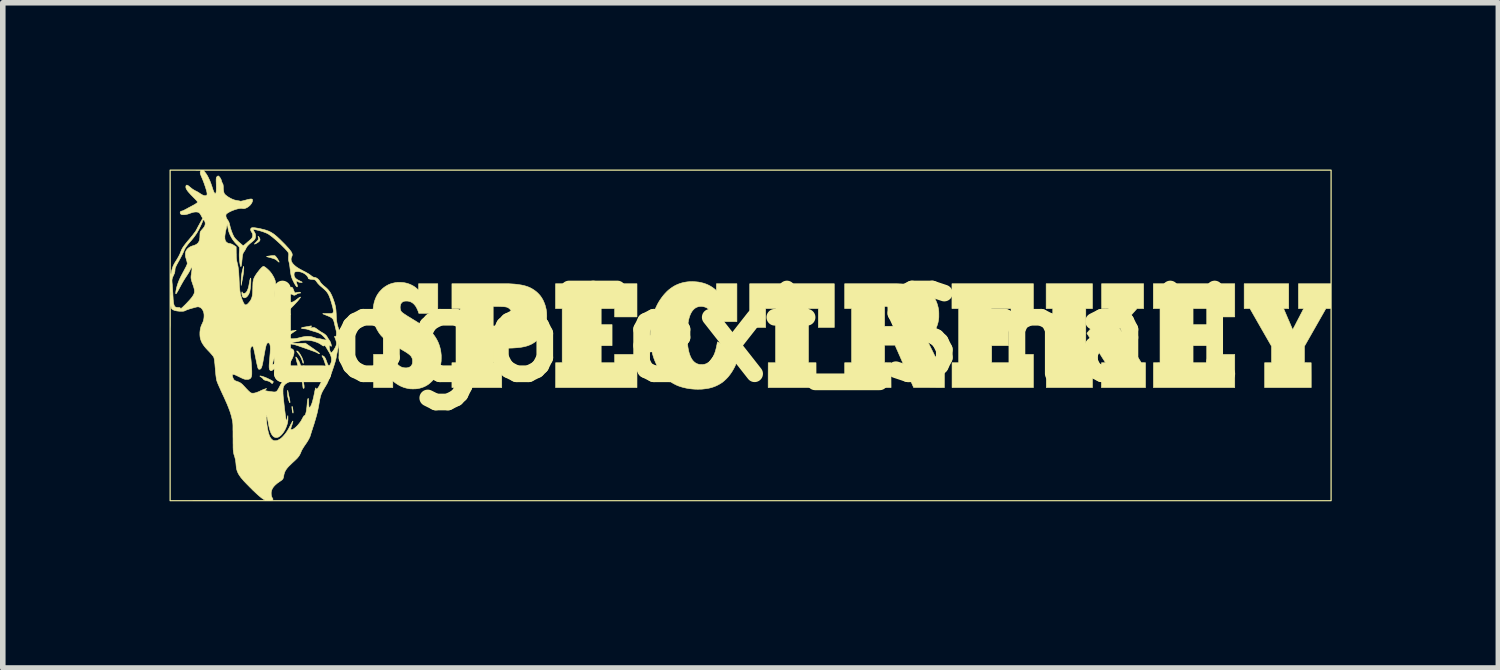
<source format=kicad_pcb>
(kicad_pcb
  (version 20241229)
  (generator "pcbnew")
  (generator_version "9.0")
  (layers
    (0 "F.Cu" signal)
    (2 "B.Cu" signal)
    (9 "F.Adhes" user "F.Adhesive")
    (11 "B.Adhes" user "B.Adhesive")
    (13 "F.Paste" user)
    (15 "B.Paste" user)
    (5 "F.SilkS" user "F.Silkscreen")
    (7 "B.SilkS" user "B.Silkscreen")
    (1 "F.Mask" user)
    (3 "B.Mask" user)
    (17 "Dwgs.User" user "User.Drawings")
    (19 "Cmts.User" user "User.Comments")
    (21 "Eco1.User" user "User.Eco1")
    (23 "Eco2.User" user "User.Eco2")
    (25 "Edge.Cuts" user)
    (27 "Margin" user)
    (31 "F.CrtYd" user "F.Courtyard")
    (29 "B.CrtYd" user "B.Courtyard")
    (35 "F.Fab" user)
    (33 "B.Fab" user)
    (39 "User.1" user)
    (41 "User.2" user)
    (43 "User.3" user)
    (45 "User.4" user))
  (footprint "LogoText_Small"
    (layer "F.Cu")
    (at 10.448 2.982)
    (property "Reference" "LogoText_Small" (at 0 0 0) (layer "F.SilkS") (effects (font (size 1.524 1.524) (thickness 0.3))))
    (attr through_hole)
    (fp_poly (pts (xy 6.148 -0.483) (xy 6.028 -0.483) (xy 6.028 0.491) (xy 6.148 0.491) (xy 6.148 0.938) (xy 5.318 0.938) (xy 5.318 0.491) (xy 5.434 0.491) (xy 5.434 -0.483) (xy 5.315 -0.483) (xy 5.315 -0.93) (xy 6.148 -0.93) (xy 6.148 -0.483)) (stroke (width 0.01) (type solid)) (fill yes) (layer "F.SilkS"))
    (fp_poly (pts (xy 1.505 -0.143) (xy 1.218 -0.143) (xy 1.218 -0.483) (xy 1.041 -0.483) (xy 1.041 0.491) (xy 1.109 0.491) (xy 1.177 0.491) (xy 1.178 0.938) (xy 0.316 0.938) (xy 0.316 0.715) (xy 0.317 0.491) (xy 0.449 0.491) (xy 0.449 -0.483) (xy 0.271 -0.483) (xy 0.271 -0.143) (xy -0.016 -0.143) (xy -0.016 -0.93) (xy 1.505 -0.93) (xy 1.505 -0.143)) (stroke (width 0.01) (type solid)) (fill yes) (layer "F.SilkS"))
    (fp_poly (pts (xy 5.086 -0.333) (xy 4.683 -0.333) (xy 4.683 -0.483) (xy 4.335 -0.483) (xy 4.335 -0.195) (xy 4.639 -0.195) (xy 4.639 0.184) (xy 4.335 0.184) (xy 4.335 0.491) (xy 4.683 0.491) (xy 4.683 0.341) (xy 5.086 0.341) (xy 5.086 0.938) (xy 3.623 0.938) (xy 3.623 0.491) (xy 3.742 0.491) (xy 3.742 -0.483) (xy 3.621 -0.483) (xy 3.621 -0.93) (xy 5.086 -0.93) (xy 5.086 -0.333)) (stroke (width 0.01) (type solid)) (fill yes) (layer "F.SilkS"))
    (fp_poly (pts (xy -2.043 -0.333) (xy -2.445 -0.333) (xy -2.445 -0.483) (xy -2.794 -0.483) (xy -2.794 -0.195) (xy -2.491 -0.195) (xy -2.491 0.184) (xy -2.794 0.184) (xy -2.794 0.491) (xy -2.445 0.491) (xy -2.445 0.341) (xy -2.043 0.341) (xy -2.043 0.938) (xy -3.507 0.938) (xy -3.506 0.715) (xy -3.506 0.491) (xy -3.447 0.491) (xy -3.388 0.49) (xy -3.388 -0.483) (xy -3.508 -0.483) (xy -3.508 -0.93) (xy -2.043 -0.93) (xy -2.043 -0.333)) (stroke (width 0.01) (type solid)) (fill yes) (layer "F.SilkS"))
    (fp_poly (pts (xy 8.707 -0.333) (xy 8.306 -0.333) (xy 8.306 -0.483) (xy 7.957 -0.483) (xy 7.957 -0.195) (xy 8.26 -0.195) (xy 8.26 0.184) (xy 7.957 0.184) (xy 7.957 0.491) (xy 8.306 0.491) (xy 8.306 0.341) (xy 8.707 0.341) (xy 8.707 0.938) (xy 7.244 0.938) (xy 7.244 0.715) (xy 7.245 0.491) (xy 7.304 0.491) (xy 7.363 0.49) (xy 7.363 -0.483) (xy 7.242 -0.483) (xy 7.242 -0.93) (xy 8.707 -0.93) (xy 8.707 -0.333)) (stroke (width 0.01) (type solid)) (fill yes) (layer "F.SilkS"))
    (fp_poly (pts (xy -8.032 0.544) (xy -8.031 0.547) (xy -8.03 0.552) (xy -8.029 0.558) (xy -8.028 0.565) (xy -8.028 0.573) (xy -8.028 0.58) (xy -8.029 0.587) (xy -8.029 0.592) (xy -8.031 0.6) (xy -8.032 0.604) (xy -8.033 0.605) (xy -8.034 0.603) (xy -8.035 0.601) (xy -8.035 0.596) (xy -8.036 0.59) (xy -8.036 0.581) (xy -8.036 0.573) (xy -8.036 0.564) (xy -8.036 0.557) (xy -8.035 0.551) (xy -8.035 0.548) (xy -8.034 0.544) (xy -8.033 0.543) (xy -8.032 0.544)) (stroke (width 0.01) (type solid)) (fill yes) (layer "F.SilkS"))
    (fp_poly (pts (xy -8.245 1.276) (xy -8.243 1.279) (xy -8.241 1.284) (xy -8.239 1.291) (xy -8.237 1.3) (xy -8.235 1.31) (xy -8.232 1.322) (xy -8.231 1.334) (xy -8.229 1.348) (xy -8.228 1.354) (xy -8.227 1.366) (xy -8.226 1.377) (xy -8.226 1.385) (xy -8.227 1.392) (xy -8.228 1.396) (xy -8.229 1.397) (xy -8.231 1.395) (xy -8.233 1.391) (xy -8.235 1.384) (xy -8.238 1.375) (xy -8.24 1.364) (xy -8.242 1.352) (xy -8.244 1.339) (xy -8.246 1.326) (xy -8.247 1.314) (xy -8.248 1.302) (xy -8.249 1.292) (xy -8.249 1.284) (xy -8.248 1.279) (xy -8.248 1.279) (xy -8.247 1.276) (xy -8.245 1.276)) (stroke (width 0.01) (type solid)) (fill yes) (layer "F.SilkS"))
    (fp_poly (pts (xy -8.152 0.281) (xy -8.145 0.285) (xy -8.137 0.292) (xy -8.129 0.3) (xy -8.12 0.311) (xy -8.111 0.323) (xy -8.102 0.337) (xy -8.093 0.352) (xy -8.084 0.368) (xy -8.075 0.384) (xy -8.067 0.4) (xy -8.06 0.417) (xy -8.054 0.433) (xy -8.049 0.449) (xy -8.046 0.458) (xy -8.044 0.469) (xy -8.042 0.479) (xy -8.041 0.488) (xy -8.041 0.495) (xy -8.042 0.499) (xy -8.044 0.502) (xy -8.045 0.502) (xy -8.046 0.5) (xy -8.049 0.497) (xy -8.051 0.493) (xy -8.053 0.489) (xy -8.055 0.482) (xy -8.058 0.473) (xy -8.061 0.464) (xy -8.062 0.459) (xy -8.07 0.436) (xy -8.078 0.415) (xy -8.087 0.395) (xy -8.098 0.376) (xy -8.11 0.356) (xy -8.125 0.336) (xy -8.132 0.327) (xy -8.143 0.313) (xy -8.151 0.302) (xy -8.157 0.293) (xy -8.161 0.286) (xy -8.162 0.283) (xy -8.162 0.28) (xy -8.161 0.28) (xy -8.159 0.279) (xy -8.152 0.281)) (stroke (width 0.01) (type solid)) (fill yes) (layer "F.SilkS"))
    (fp_poly (pts (xy -8.323 0.987) (xy -8.323 0.99) (xy -8.322 0.991) (xy -8.322 0.995) (xy -8.321 1.001) (xy -8.319 1.009) (xy -8.317 1.02) (xy -8.314 1.032) (xy -8.312 1.045) (xy -8.309 1.059) (xy -8.306 1.074) (xy -8.303 1.089) (xy -8.3 1.103) (xy -8.297 1.117) (xy -8.294 1.13) (xy -8.294 1.131) (xy -8.292 1.143) (xy -8.289 1.155) (xy -8.287 1.166) (xy -8.286 1.176) (xy -8.284 1.184) (xy -8.284 1.185) (xy -8.283 1.196) (xy -8.283 1.204) (xy -8.283 1.209) (xy -8.284 1.211) (xy -8.286 1.21) (xy -8.289 1.206) (xy -8.293 1.199) (xy -8.293 1.198) (xy -8.302 1.177) (xy -8.31 1.153) (xy -8.317 1.127) (xy -8.323 1.099) (xy -8.324 1.09) (xy -8.325 1.083) (xy -8.326 1.075) (xy -8.326 1.064) (xy -8.327 1.053) (xy -8.327 1.042) (xy -8.327 1.03) (xy -8.327 1.019) (xy -8.327 1.009) (xy -8.327 1) (xy -8.326 0.994) (xy -8.326 0.989) (xy -8.325 0.988) (xy -8.324 0.987) (xy -8.323 0.987)) (stroke (width 0.01) (type solid)) (fill yes) (layer "F.SilkS"))
    (fp_poly (pts (xy -9.117 -1.242) (xy -9.116 -1.239) (xy -9.115 -1.233) (xy -9.115 -1.231) (xy -9.114 -1.219) (xy -9.114 -1.204) (xy -9.115 -1.187) (xy -9.116 -1.167) (xy -9.118 -1.146) (xy -9.121 -1.123) (xy -9.124 -1.099) (xy -9.128 -1.073) (xy -9.131 -1.053) (xy -9.132 -1.049) (xy -9.134 -1.041) (xy -9.135 -1.032) (xy -9.137 -1.021) (xy -9.14 -1.009) (xy -9.142 -0.996) (xy -9.145 -0.982) (xy -9.147 -0.969) (xy -9.15 -0.955) (xy -9.152 -0.942) (xy -9.155 -0.93) (xy -9.157 -0.92) (xy -9.158 -0.911) (xy -9.159 -0.905) (xy -9.16 -0.901) (xy -9.16 -0.9) (xy -9.161 -0.901) (xy -9.161 -0.905) (xy -9.161 -0.911) (xy -9.161 -0.92) (xy -9.161 -0.93) (xy -9.161 -0.942) (xy -9.161 -0.954) (xy -9.161 -0.994) (xy -9.159 -1.032) (xy -9.156 -1.068) (xy -9.151 -1.103) (xy -9.145 -1.137) (xy -9.138 -1.172) (xy -9.128 -1.208) (xy -9.124 -1.223) (xy -9.122 -1.23) (xy -9.12 -1.235) (xy -9.119 -1.239) (xy -9.119 -1.24) (xy -9.118 -1.243) (xy -9.117 -1.242)) (stroke (width 0.01) (type solid)) (fill yes) (layer "F.SilkS"))
    (fp_poly (pts (xy -8.854 -1.782) (xy -8.851 -1.779) (xy -8.85 -1.778) (xy -8.845 -1.773) (xy -8.84 -1.766) (xy -8.836 -1.76) (xy -8.835 -1.759) (xy -8.828 -1.747) (xy -8.824 -1.736) (xy -8.822 -1.725) (xy -8.823 -1.715) (xy -8.827 -1.705) (xy -8.834 -1.695) (xy -8.844 -1.685) (xy -8.857 -1.675) (xy -8.87 -1.667) (xy -8.881 -1.66) (xy -8.892 -1.654) (xy -8.902 -1.649) (xy -8.91 -1.645) (xy -8.916 -1.643) (xy -8.918 -1.642) (xy -8.921 -1.642) (xy -8.922 -1.644) (xy -8.922 -1.645) (xy -8.921 -1.647) (xy -8.917 -1.651) (xy -8.911 -1.658) (xy -8.903 -1.667) (xy -8.893 -1.677) (xy -8.891 -1.679) (xy -8.881 -1.69) (xy -8.872 -1.699) (xy -8.865 -1.707) (xy -8.86 -1.714) (xy -8.856 -1.719) (xy -8.854 -1.724) (xy -8.852 -1.729) (xy -8.851 -1.735) (xy -8.851 -1.738) (xy -8.851 -1.748) (xy -8.853 -1.76) (xy -8.853 -1.762) (xy -8.855 -1.769) (xy -8.856 -1.775) (xy -8.857 -1.779) (xy -8.857 -1.781) (xy -8.856 -1.783) (xy -8.856 -1.784) (xy -8.854 -1.782)) (stroke (width 0.01) (type solid)) (fill yes) (layer "F.SilkS"))
    (fp_poly (pts (xy -8.816 0.729) (xy -8.807 0.73) (xy -8.796 0.733) (xy -8.783 0.736) (xy -8.776 0.738) (xy -8.749 0.747) (xy -8.722 0.757) (xy -8.695 0.769) (xy -8.666 0.783) (xy -8.646 0.793) (xy -8.631 0.801) (xy -8.618 0.808) (xy -8.608 0.814) (xy -8.6 0.819) (xy -8.594 0.823) (xy -8.589 0.826) (xy -8.586 0.829) (xy -8.584 0.832) (xy -8.584 0.834) (xy -8.584 0.836) (xy -8.584 0.839) (xy -8.587 0.843) (xy -8.59 0.849) (xy -8.591 0.852) (xy -8.595 0.858) (xy -8.599 0.863) (xy -8.602 0.865) (xy -8.606 0.865) (xy -8.61 0.862) (xy -8.616 0.858) (xy -8.622 0.851) (xy -8.634 0.841) (xy -8.646 0.833) (xy -8.66 0.826) (xy -8.675 0.821) (xy -8.693 0.816) (xy -8.701 0.814) (xy -8.719 0.81) (xy -8.734 0.805) (xy -8.746 0.8) (xy -8.752 0.796) (xy -8.758 0.792) (xy -8.762 0.787) (xy -8.767 0.78) (xy -8.772 0.773) (xy -8.78 0.766) (xy -8.79 0.758) (xy -8.8 0.75) (xy -8.807 0.746) (xy -8.815 0.74) (xy -8.821 0.736) (xy -8.824 0.733) (xy -8.824 0.73) (xy -8.821 0.729) (xy -8.816 0.729)) (stroke (width 0.01) (type solid)) (fill yes) (layer "F.SilkS"))
    (fp_poly (pts (xy -8.568 -1.435) (xy -8.564 -1.435) (xy -8.558 -1.435) (xy -8.554 -1.433) (xy -8.551 -1.431) (xy -8.547 -1.427) (xy -8.546 -1.427) (xy -8.539 -1.419) (xy -8.531 -1.41) (xy -8.522 -1.398) (xy -8.513 -1.386) (xy -8.505 -1.373) (xy -8.497 -1.36) (xy -8.49 -1.348) (xy -8.486 -1.341) (xy -8.482 -1.331) (xy -8.479 -1.324) (xy -8.478 -1.32) (xy -8.478 -1.318) (xy -8.481 -1.318) (xy -8.485 -1.32) (xy -8.49 -1.324) (xy -8.495 -1.328) (xy -8.501 -1.333) (xy -8.508 -1.339) (xy -8.513 -1.344) (xy -8.52 -1.35) (xy -8.527 -1.355) (xy -8.533 -1.36) (xy -8.537 -1.363) (xy -8.545 -1.368) (xy -8.555 -1.373) (xy -8.566 -1.377) (xy -8.579 -1.382) (xy -8.594 -1.387) (xy -8.612 -1.392) (xy -8.632 -1.398) (xy -8.655 -1.404) (xy -8.656 -1.404) (xy -8.668 -1.407) (xy -8.678 -1.41) (xy -8.687 -1.412) (xy -8.694 -1.414) (xy -8.7 -1.416) (xy -8.702 -1.417) (xy -8.702 -1.417) (xy -8.704 -1.419) (xy -8.703 -1.42) (xy -8.701 -1.421) (xy -8.697 -1.422) (xy -8.691 -1.423) (xy -8.683 -1.424) (xy -8.673 -1.426) (xy -8.662 -1.428) (xy -8.651 -1.429) (xy -8.64 -1.431) (xy -8.638 -1.431) (xy -8.626 -1.433) (xy -8.613 -1.434) (xy -8.6 -1.435) (xy -8.587 -1.435) (xy -8.577 -1.436) (xy -8.568 -1.435)) (stroke (width 0.01) (type solid)) (fill yes) (layer "F.SilkS"))
    (fp_poly (pts (xy -8.494 -0.822) (xy -8.493 -0.82) (xy -8.493 -0.816) (xy -8.493 -0.809) (xy -8.492 -0.8) (xy -8.492 -0.79) (xy -8.491 -0.785) (xy -8.491 -0.771) (xy -8.49 -0.758) (xy -8.49 -0.748) (xy -8.489 -0.74) (xy -8.488 -0.733) (xy -8.488 -0.726) (xy -8.486 -0.72) (xy -8.485 -0.713) (xy -8.482 -0.701) (xy -8.479 -0.689) (xy -8.475 -0.678) (xy -8.469 -0.665) (xy -8.463 -0.652) (xy -8.455 -0.637) (xy -8.444 -0.616) (xy -8.436 -0.595) (xy -8.43 -0.576) (xy -8.43 -0.576) (xy -8.428 -0.568) (xy -8.427 -0.559) (xy -8.427 -0.55) (xy -8.427 -0.542) (xy -8.427 -0.535) (xy -8.429 -0.53) (xy -8.431 -0.526) (xy -8.432 -0.525) (xy -8.434 -0.527) (xy -8.437 -0.53) (xy -8.439 -0.532) (xy -8.442 -0.537) (xy -8.446 -0.543) (xy -8.451 -0.552) (xy -8.456 -0.562) (xy -8.461 -0.573) (xy -8.467 -0.585) (xy -8.472 -0.596) (xy -8.477 -0.607) (xy -8.482 -0.617) (xy -8.485 -0.625) (xy -8.485 -0.626) (xy -8.495 -0.655) (xy -8.503 -0.682) (xy -8.508 -0.708) (xy -8.511 -0.733) (xy -8.511 -0.747) (xy -8.511 -0.76) (xy -8.51 -0.771) (xy -8.509 -0.782) (xy -8.506 -0.792) (xy -8.503 -0.804) (xy -8.503 -0.804) (xy -8.5 -0.812) (xy -8.498 -0.818) (xy -8.496 -0.821) (xy -8.495 -0.822) (xy -8.494 -0.822)) (stroke (width 0.01) (type solid)) (fill yes) (layer "F.SilkS"))
    (fp_poly (pts (xy -8.99 -1.03) (xy -8.989 -1.028) (xy -8.988 -1.024) (xy -8.987 -1.018) (xy -8.987 -1.01) (xy -8.987 -1) (xy -8.987 -0.987) (xy -8.987 -0.975) (xy -8.988 -0.947) (xy -8.99 -0.919) (xy -8.992 -0.892) (xy -8.994 -0.865) (xy -8.997 -0.841) (xy -9.001 -0.818) (xy -9.003 -0.806) (xy -9.007 -0.786) (xy -9.014 -0.768) (xy -9.021 -0.75) (xy -9.03 -0.734) (xy -9.039 -0.719) (xy -9.049 -0.706) (xy -9.06 -0.695) (xy -9.072 -0.686) (xy -9.083 -0.68) (xy -9.095 -0.677) (xy -9.102 -0.676) (xy -9.111 -0.678) (xy -9.118 -0.68) (xy -9.127 -0.686) (xy -9.134 -0.695) (xy -9.14 -0.706) (xy -9.144 -0.72) (xy -9.147 -0.735) (xy -9.149 -0.752) (xy -9.149 -0.758) (xy -9.149 -0.768) (xy -9.148 -0.776) (xy -9.147 -0.782) (xy -9.146 -0.784) (xy -9.145 -0.784) (xy -9.143 -0.78) (xy -9.142 -0.778) (xy -9.14 -0.772) (xy -9.135 -0.765) (xy -9.129 -0.76) (xy -9.124 -0.756) (xy -9.119 -0.755) (xy -9.113 -0.754) (xy -9.11 -0.754) (xy -9.1 -0.756) (xy -9.09 -0.76) (xy -9.079 -0.767) (xy -9.07 -0.777) (xy -9.06 -0.79) (xy -9.053 -0.803) (xy -9.047 -0.815) (xy -9.042 -0.828) (xy -9.037 -0.841) (xy -9.032 -0.856) (xy -9.028 -0.872) (xy -9.024 -0.89) (xy -9.02 -0.911) (xy -9.016 -0.934) (xy -9.011 -0.959) (xy -9.009 -0.972) (xy -9.007 -0.985) (xy -9.004 -0.997) (xy -9.001 -1.008) (xy -8.998 -1.017) (xy -8.996 -1.024) (xy -8.994 -1.029) (xy -8.992 -1.031) (xy -8.991 -1.031) (xy -8.99 -1.03)) (stroke (width 0.01) (type solid)) (fill yes) (layer "F.SilkS"))
    (fp_poly (pts (xy 7.068 -0.483) (xy 7.008 -0.483) (xy 6.948 -0.482) (xy 6.792 -0.306) (xy 6.774 -0.286) (xy 6.757 -0.266) (xy 6.74 -0.247) (xy 6.724 -0.229) (xy 6.71 -0.212) (xy 6.696 -0.197) (xy 6.683 -0.182) (xy 6.672 -0.169) (xy 6.661 -0.158) (xy 6.653 -0.148) (xy 6.646 -0.14) (xy 6.641 -0.134) (xy 6.638 -0.13) (xy 6.636 -0.129) (xy 6.636 -0.129) (xy 6.637 -0.127) (xy 6.639 -0.123) (xy 6.643 -0.117) (xy 6.649 -0.108) (xy 6.656 -0.097) (xy 6.664 -0.084) (xy 6.673 -0.069) (xy 6.684 -0.052) (xy 6.695 -0.034) (xy 6.708 -0.013) (xy 6.722 0.008) (xy 6.736 0.031) (xy 6.752 0.056) (xy 6.768 0.081) (xy 6.785 0.108) (xy 6.802 0.135) (xy 6.82 0.163) (xy 6.831 0.181) (xy 7.026 0.49) (xy 7.102 0.491) (xy 7.102 0.938) (xy 6.309 0.938) (xy 6.31 0.491) (xy 6.346 0.491) (xy 6.356 0.491) (xy 6.365 0.491) (xy 6.373 0.49) (xy 6.378 0.49) (xy 6.381 0.49) (xy 6.382 0.49) (xy 6.381 0.488) (xy 6.378 0.484) (xy 6.375 0.478) (xy 6.369 0.47) (xy 6.363 0.459) (xy 6.355 0.447) (xy 6.346 0.433) (xy 6.336 0.417) (xy 6.325 0.4) (xy 6.313 0.381) (xy 6.301 0.361) (xy 6.288 0.341) (xy 6.275 0.32) (xy 6.261 0.298) (xy 6.246 0.275) (xy 6.232 0.252) (xy 6.218 0.229) (xy 6.203 0.206) (xy 6.189 0.183) (xy 6.174 0.161) (xy 6.16 0.138) (xy 6.147 0.117) (xy 6.133 0.096) (xy 6.121 0.076) (xy 6.109 0.057) (xy 6.098 0.04) (xy 6.088 0.024) (xy 6.078 0.009) (xy 6.07 -0.004) (xy 6.063 -0.015) (xy 6.057 -0.024) (xy 6.053 -0.031) (xy 6.05 -0.036) (xy 6.049 -0.038) (xy 6.049 -0.038) (xy 6.049 -0.039) (xy 6.049 -0.04) (xy 6.05 -0.041) (xy 6.051 -0.043) (xy 6.053 -0.046) (xy 6.056 -0.049) (xy 6.059 -0.053) (xy 6.063 -0.058) (xy 6.068 -0.064) (xy 6.074 -0.071) (xy 6.081 -0.08) (xy 6.09 -0.089) (xy 6.1 -0.1) (xy 6.111 -0.113) (xy 6.123 -0.127) (xy 6.137 -0.143) (xy 6.153 -0.161) (xy 6.171 -0.181) (xy 6.19 -0.203) (xy 6.211 -0.227) (xy 6.234 -0.253) (xy 6.241 -0.261) (xy 6.436 -0.482) (xy 6.374 -0.483) (xy 6.313 -0.483) (xy 6.312 -0.707) (xy 6.312 -0.93) (xy 7.068 -0.93) (xy 7.068 -0.483)) (stroke (width 0.01) (type solid)) (fill yes) (layer "F.SilkS"))
    (fp_poly (pts (xy -4.876 -0.93) (xy -4.831 -0.93) (xy -4.787 -0.93) (xy -4.744 -0.93) (xy -4.703 -0.93) (xy -4.663 -0.93) (xy -4.625 -0.93) (xy -4.59 -0.93) (xy -4.556 -0.93) (xy -4.524 -0.93) (xy -4.495 -0.93) (xy -4.467 -0.93) (xy -4.442 -0.93) (xy -4.42 -0.929) (xy -4.4 -0.929) (xy -4.383 -0.929) (xy -4.368 -0.929) (xy -4.357 -0.929) (xy -4.348 -0.929) (xy -4.343 -0.929) (xy -4.343 -0.929) (xy -4.292 -0.926) (xy -4.245 -0.923) (xy -4.2 -0.918) (xy -4.158 -0.912) (xy -4.119 -0.906) (xy -4.082 -0.898) (xy -4.048 -0.889) (xy -4.017 -0.879) (xy -3.988 -0.868) (xy -3.961 -0.856) (xy -3.96 -0.855) (xy -3.923 -0.835) (xy -3.889 -0.813) (xy -3.857 -0.789) (xy -3.828 -0.763) (xy -3.801 -0.735) (xy -3.776 -0.705) (xy -3.754 -0.672) (xy -3.734 -0.638) (xy -3.723 -0.614) (xy -3.708 -0.579) (xy -3.695 -0.543) (xy -3.685 -0.506) (xy -3.676 -0.468) (xy -3.67 -0.427) (xy -3.668 -0.415) (xy -3.668 -0.406) (xy -3.667 -0.395) (xy -3.667 -0.381) (xy -3.666 -0.366) (xy -3.666 -0.35) (xy -3.666 -0.334) (xy -3.667 -0.317) (xy -3.667 -0.302) (xy -3.668 -0.288) (xy -3.668 -0.275) (xy -3.669 -0.265) (xy -3.669 -0.264) (xy -3.675 -0.223) (xy -3.682 -0.184) (xy -3.692 -0.148) (xy -3.703 -0.113) (xy -3.717 -0.08) (xy -3.732 -0.048) (xy -3.751 -0.017) (xy -3.771 0.012) (xy -3.781 0.025) (xy -3.806 0.055) (xy -3.833 0.082) (xy -3.863 0.107) (xy -3.894 0.129) (xy -3.926 0.149) (xy -3.96 0.166) (xy -3.995 0.18) (xy -3.999 0.182) (xy -4.028 0.191) (xy -4.058 0.199) (xy -4.09 0.206) (xy -4.124 0.212) (xy -4.161 0.217) (xy -4.2 0.221) (xy -4.242 0.224) (xy -4.287 0.227) (xy -4.293 0.227) (xy -4.3 0.227) (xy -4.31 0.227) (xy -4.322 0.228) (xy -4.337 0.228) (xy -4.354 0.228) (xy -4.373 0.228) (xy -4.393 0.228) (xy -4.414 0.228) (xy -4.436 0.229) (xy -4.458 0.229) (xy -4.48 0.229) (xy -4.629 0.229) (xy -4.629 0.491) (xy -4.475 0.491) (xy -4.475 0.938) (xy -5.371 0.938) (xy -5.371 0.491) (xy -5.223 0.491) (xy -5.223 -0.483) (xy -5.371 -0.483) (xy -5.371 -0.521) (xy -4.629 -0.521) (xy -4.629 -0.17) (xy -4.544 -0.17) (xy -4.526 -0.171) (xy -4.51 -0.171) (xy -4.494 -0.171) (xy -4.48 -0.171) (xy -4.468 -0.172) (xy -4.458 -0.172) (xy -4.45 -0.172) (xy -4.445 -0.173) (xy -4.445 -0.173) (xy -4.423 -0.176) (xy -4.404 -0.18) (xy -4.387 -0.184) (xy -4.372 -0.188) (xy -4.358 -0.194) (xy -4.352 -0.197) (xy -4.337 -0.206) (xy -4.323 -0.216) (xy -4.312 -0.229) (xy -4.303 -0.243) (xy -4.296 -0.26) (xy -4.29 -0.279) (xy -4.287 -0.3) (xy -4.285 -0.318) (xy -4.284 -0.335) (xy -4.284 -0.353) (xy -4.286 -0.37) (xy -4.288 -0.386) (xy -4.289 -0.391) (xy -4.295 -0.414) (xy -4.303 -0.434) (xy -4.313 -0.453) (xy -4.325 -0.469) (xy -4.339 -0.483) (xy -4.355 -0.495) (xy -4.372 -0.503) (xy -4.384 -0.508) (xy -4.394 -0.511) (xy -4.407 -0.513) (xy -4.422 -0.515) (xy -4.44 -0.517) (xy -4.46 -0.518) (xy -4.482 -0.519) (xy -4.507 -0.52) (xy -4.535 -0.521) (xy -4.563 -0.521) (xy -4.629 -0.521) (xy -5.371 -0.521) (xy -5.371 -0.93) (xy -4.876 -0.93)) (stroke (width 0.01) (type solid)) (fill yes) (layer "F.SilkS"))
    (fp_poly (pts (xy 2.14 -0.93) (xy 2.18 -0.93) (xy 2.22 -0.93) (xy 2.259 -0.93) (xy 2.297 -0.93) (xy 2.333 -0.93) (xy 2.368 -0.93) (xy 2.402 -0.93) (xy 2.434 -0.93) (xy 2.464 -0.93) (xy 2.492 -0.93) (xy 2.519 -0.93) (xy 2.543 -0.93) (xy 2.565 -0.929) (xy 2.584 -0.929) (xy 2.601 -0.929) (xy 2.615 -0.929) (xy 2.627 -0.929) (xy 2.635 -0.929) (xy 2.639 -0.929) (xy 2.687 -0.927) (xy 2.732 -0.925) (xy 2.774 -0.923) (xy 2.813 -0.92) (xy 2.85 -0.917) (xy 2.884 -0.913) (xy 2.916 -0.909) (xy 2.946 -0.905) (xy 2.974 -0.9) (xy 3 -0.894) (xy 3.024 -0.888) (xy 3.039 -0.884) (xy 3.074 -0.872) (xy 3.108 -0.858) (xy 3.14 -0.841) (xy 3.171 -0.821) (xy 3.185 -0.811) (xy 3.194 -0.804) (xy 3.204 -0.795) (xy 3.216 -0.784) (xy 3.228 -0.773) (xy 3.239 -0.761) (xy 3.25 -0.75) (xy 3.26 -0.739) (xy 3.268 -0.729) (xy 3.269 -0.729) (xy 3.293 -0.695) (xy 3.315 -0.66) (xy 3.333 -0.624) (xy 3.349 -0.586) (xy 3.362 -0.547) (xy 3.372 -0.507) (xy 3.376 -0.491) (xy 3.378 -0.475) (xy 3.381 -0.461) (xy 3.382 -0.447) (xy 3.384 -0.434) (xy 3.384 -0.42) (xy 3.385 -0.404) (xy 3.385 -0.387) (xy 3.385 -0.374) (xy 3.385 -0.357) (xy 3.385 -0.342) (xy 3.385 -0.329) (xy 3.384 -0.318) (xy 3.383 -0.307) (xy 3.382 -0.296) (xy 3.38 -0.284) (xy 3.378 -0.271) (xy 3.378 -0.27) (xy 3.371 -0.233) (xy 3.361 -0.198) (xy 3.349 -0.163) (xy 3.335 -0.13) (xy 3.319 -0.098) (xy 3.301 -0.068) (xy 3.281 -0.04) (xy 3.26 -0.014) (xy 3.237 0.009) (xy 3.213 0.03) (xy 3.187 0.049) (xy 3.175 0.056) (xy 3.163 0.064) (xy 3.211 0.161) (xy 3.22 0.179) (xy 3.23 0.2) (xy 3.241 0.222) (xy 3.253 0.246) (xy 3.265 0.27) (xy 3.277 0.295) (xy 3.289 0.319) (xy 3.3 0.342) (xy 3.311 0.364) (xy 3.316 0.374) (xy 3.374 0.491) (xy 3.485 0.491) (xy 3.485 0.938) (xy 2.932 0.937) (xy 2.766 0.558) (xy 2.751 0.525) (xy 2.737 0.493) (xy 2.723 0.461) (xy 2.71 0.431) (xy 2.697 0.402) (xy 2.685 0.373) (xy 2.673 0.347) (xy 2.662 0.322) (xy 2.652 0.298) (xy 2.642 0.276) (xy 2.633 0.256) (xy 2.625 0.238) (xy 2.618 0.222) (xy 2.612 0.208) (xy 2.607 0.197) (xy 2.603 0.188) (xy 2.6 0.181) (xy 2.599 0.178) (xy 2.598 0.177) (xy 2.597 0.176) (xy 2.595 0.176) (xy 2.591 0.175) (xy 2.585 0.175) (xy 2.578 0.175) (xy 2.568 0.175) (xy 2.555 0.175) (xy 2.541 0.175) (xy 2.523 0.175) (xy 2.503 0.175) (xy 2.41 0.175) (xy 2.41 0.49) (xy 2.467 0.491) (xy 2.525 0.491) (xy 2.525 0.715) (xy 2.526 0.938) (xy 1.692 0.938) (xy 1.692 0.491) (xy 1.816 0.491) (xy 1.816 -0.165) (xy 2.41 -0.165) (xy 2.481 -0.165) (xy 2.497 -0.165) (xy 2.513 -0.165) (xy 2.529 -0.165) (xy 2.544 -0.166) (xy 2.558 -0.166) (xy 2.569 -0.166) (xy 2.578 -0.167) (xy 2.581 -0.167) (xy 2.602 -0.168) (xy 2.619 -0.17) (xy 2.635 -0.171) (xy 2.648 -0.173) (xy 2.659 -0.176) (xy 2.669 -0.179) (xy 2.679 -0.182) (xy 2.687 -0.186) (xy 2.704 -0.197) (xy 2.72 -0.21) (xy 2.734 -0.225) (xy 2.746 -0.242) (xy 2.755 -0.261) (xy 2.762 -0.28) (xy 2.763 -0.283) (xy 2.768 -0.308) (xy 2.77 -0.334) (xy 2.769 -0.361) (xy 2.766 -0.386) (xy 2.763 -0.401) (xy 2.757 -0.421) (xy 2.748 -0.44) (xy 2.736 -0.457) (xy 2.725 -0.47) (xy 2.714 -0.48) (xy 2.703 -0.489) (xy 2.691 -0.497) (xy 2.678 -0.503) (xy 2.663 -0.508) (xy 2.647 -0.511) (xy 2.628 -0.514) (xy 2.614 -0.516) (xy 2.601 -0.517) (xy 2.585 -0.518) (xy 2.566 -0.519) (xy 2.546 -0.519) (xy 2.525 -0.52) (xy 2.502 -0.52) (xy 2.479 -0.521) (xy 2.466 -0.521) (xy 2.41 -0.521) (xy 2.41 -0.165) (xy 1.816 -0.165) (xy 1.816 -0.483) (xy 1.692 -0.483) (xy 1.692 -0.93) (xy 2.14 -0.93)) (stroke (width 0.01) (type solid)) (fill yes) (layer "F.SilkS"))
    (fp_poly (pts (xy -1.022 -0.967) (xy -0.98 -0.964) (xy -0.939 -0.96) (xy -0.899 -0.952) (xy -0.86 -0.943) (xy -0.835 -0.936) (xy -0.794 -0.921) (xy -0.755 -0.904) (xy -0.719 -0.884) (xy -0.684 -0.862) (xy -0.652 -0.838) (xy -0.627 -0.817) (xy -0.615 -0.806) (xy -0.615 -0.868) (xy -0.614 -0.93) (xy -0.246 -0.93) (xy -0.246 -0.248) (xy -0.629 -0.248) (xy -0.63 -0.254) (xy -0.637 -0.278) (xy -0.644 -0.3) (xy -0.65 -0.319) (xy -0.658 -0.338) (xy -0.666 -0.356) (xy -0.671 -0.366) (xy -0.686 -0.393) (xy -0.703 -0.418) (xy -0.722 -0.441) (xy -0.741 -0.461) (xy -0.762 -0.478) (xy -0.784 -0.493) (xy -0.792 -0.498) (xy -0.815 -0.508) (xy -0.838 -0.515) (xy -0.863 -0.52) (xy -0.888 -0.522) (xy -0.912 -0.521) (xy -0.936 -0.517) (xy -0.942 -0.516) (xy -0.965 -0.508) (xy -0.986 -0.498) (xy -1.006 -0.484) (xy -1.024 -0.468) (xy -1.041 -0.449) (xy -1.057 -0.428) (xy -1.071 -0.403) (xy -1.084 -0.376) (xy -1.096 -0.345) (xy -1.106 -0.312) (xy -1.115 -0.276) (xy -1.122 -0.237) (xy -1.129 -0.195) (xy -1.134 -0.151) (xy -1.134 -0.144) (xy -1.137 -0.106) (xy -1.139 -0.066) (xy -1.139 -0.024) (xy -1.139 0.018) (xy -1.139 0.06) (xy -1.137 0.101) (xy -1.134 0.14) (xy -1.133 0.159) (xy -1.128 0.203) (xy -1.121 0.244) (xy -1.113 0.282) (xy -1.104 0.317) (xy -1.093 0.35) (xy -1.081 0.38) (xy -1.068 0.407) (xy -1.053 0.432) (xy -1.037 0.453) (xy -1.019 0.472) (xy -1 0.488) (xy -0.98 0.501) (xy -0.958 0.511) (xy -0.946 0.515) (xy -0.932 0.519) (xy -0.919 0.522) (xy -0.905 0.523) (xy -0.889 0.524) (xy -0.881 0.524) (xy -0.855 0.523) (xy -0.83 0.519) (xy -0.806 0.512) (xy -0.784 0.502) (xy -0.763 0.489) (xy -0.743 0.474) (xy -0.74 0.47) (xy -0.726 0.457) (xy -0.714 0.444) (xy -0.703 0.429) (xy -0.692 0.414) (xy -0.677 0.388) (xy -0.662 0.359) (xy -0.648 0.327) (xy -0.636 0.292) (xy -0.625 0.254) (xy -0.615 0.213) (xy -0.606 0.169) (xy -0.602 0.149) (xy -0.601 0.14) (xy -0.599 0.131) (xy -0.598 0.124) (xy -0.597 0.119) (xy -0.596 0.116) (xy -0.596 0.116) (xy -0.595 0.117) (xy -0.59 0.119) (xy -0.584 0.121) (xy -0.574 0.125) (xy -0.563 0.13) (xy -0.549 0.136) (xy -0.534 0.142) (xy -0.517 0.15) (xy -0.498 0.158) (xy -0.478 0.166) (xy -0.457 0.175) (xy -0.434 0.185) (xy -0.411 0.195) (xy -0.402 0.199) (xy -0.379 0.209) (xy -0.356 0.218) (xy -0.334 0.228) (xy -0.313 0.237) (xy -0.293 0.245) (xy -0.275 0.253) (xy -0.259 0.26) (xy -0.244 0.266) (xy -0.232 0.272) (xy -0.221 0.276) (xy -0.213 0.28) (xy -0.207 0.282) (xy -0.204 0.283) (xy -0.204 0.284) (xy -0.199 0.286) (xy -0.203 0.306) (xy -0.215 0.362) (xy -0.229 0.415) (xy -0.245 0.466) (xy -0.264 0.516) (xy -0.285 0.563) (xy -0.309 0.608) (xy -0.335 0.652) (xy -0.363 0.693) (xy -0.394 0.733) (xy -0.4 0.741) (xy -0.408 0.75) (xy -0.418 0.761) (xy -0.429 0.772) (xy -0.44 0.784) (xy -0.452 0.795) (xy -0.463 0.805) (xy -0.472 0.814) (xy -0.477 0.818) (xy -0.51 0.845) (xy -0.546 0.868) (xy -0.583 0.889) (xy -0.622 0.908) (xy -0.662 0.924) (xy -0.705 0.938) (xy -0.749 0.949) (xy -0.796 0.957) (xy -0.845 0.963) (xy -0.864 0.965) (xy -0.876 0.966) (xy -0.89 0.967) (xy -0.906 0.967) (xy -0.923 0.967) (xy -0.94 0.968) (xy -0.957 0.968) (xy -0.973 0.967) (xy -0.987 0.967) (xy -0.995 0.967) (xy -1.051 0.963) (xy -1.104 0.957) (xy -1.155 0.948) (xy -1.204 0.937) (xy -1.251 0.924) (xy -1.295 0.909) (xy -1.338 0.891) (xy -1.379 0.87) (xy -1.418 0.848) (xy -1.454 0.823) (xy -1.489 0.795) (xy -1.522 0.765) (xy -1.529 0.759) (xy -1.558 0.728) (xy -1.586 0.694) (xy -1.614 0.657) (xy -1.64 0.619) (xy -1.664 0.578) (xy -1.687 0.536) (xy -1.707 0.492) (xy -1.726 0.447) (xy -1.743 0.401) (xy -1.745 0.395) (xy -1.761 0.342) (xy -1.775 0.287) (xy -1.786 0.23) (xy -1.795 0.172) (xy -1.8 0.112) (xy -1.804 0.051) (xy -1.804 -0.011) (xy -1.802 -0.074) (xy -1.801 -0.095) (xy -1.795 -0.157) (xy -1.787 -0.218) (xy -1.776 -0.277) (xy -1.763 -0.334) (xy -1.746 -0.39) (xy -1.727 -0.444) (xy -1.705 -0.496) (xy -1.681 -0.547) (xy -1.654 -0.597) (xy -1.625 -0.643) (xy -1.595 -0.685) (xy -1.565 -0.724) (xy -1.533 -0.76) (xy -1.5 -0.794) (xy -1.466 -0.824) (xy -1.43 -0.851) (xy -1.393 -0.876) (xy -1.355 -0.898) (xy -1.316 -0.916) (xy -1.275 -0.932) (xy -1.233 -0.945) (xy -1.19 -0.955) (xy -1.147 -0.962) (xy -1.106 -0.966) (xy -1.064 -0.968) (xy -1.022 -0.967)) (stroke (width 0.01) (type solid)) (fill yes) (layer "F.SilkS"))
    (fp_poly (pts (xy -6.296 -0.953) (xy -6.281 -0.953) (xy -6.268 -0.952) (xy -6.256 -0.952) (xy -6.245 -0.95) (xy -6.234 -0.949) (xy -6.223 -0.947) (xy -6.21 -0.944) (xy -6.207 -0.944) (xy -6.171 -0.935) (xy -6.136 -0.923) (xy -6.102 -0.908) (xy -6.069 -0.891) (xy -6.038 -0.871) (xy -6.008 -0.848) (xy -5.986 -0.828) (xy -5.98 -0.824) (xy -5.976 -0.82) (xy -5.973 -0.817) (xy -5.972 -0.816) (xy -5.971 -0.818) (xy -5.971 -0.822) (xy -5.971 -0.829) (xy -5.971 -0.838) (xy -5.971 -0.848) (xy -5.971 -0.86) (xy -5.971 -0.873) (xy -5.971 -0.93) (xy -5.625 -0.93) (xy -5.625 -0.398) (xy -5.967 -0.398) (xy -5.97 -0.408) (xy -5.974 -0.423) (xy -5.98 -0.439) (xy -5.987 -0.456) (xy -5.995 -0.474) (xy -6.003 -0.49) (xy -6.011 -0.506) (xy -6.019 -0.519) (xy -6.026 -0.53) (xy -6.043 -0.551) (xy -6.061 -0.57) (xy -6.08 -0.585) (xy -6.101 -0.598) (xy -6.123 -0.608) (xy -6.146 -0.614) (xy -6.155 -0.616) (xy -6.164 -0.617) (xy -6.176 -0.618) (xy -6.188 -0.618) (xy -6.2 -0.618) (xy -6.212 -0.617) (xy -6.222 -0.616) (xy -6.228 -0.615) (xy -6.245 -0.609) (xy -6.26 -0.601) (xy -6.272 -0.591) (xy -6.282 -0.579) (xy -6.291 -0.564) (xy -6.296 -0.547) (xy -6.3 -0.528) (xy -6.301 -0.525) (xy -6.302 -0.505) (xy -6.301 -0.486) (xy -6.298 -0.468) (xy -6.293 -0.451) (xy -6.286 -0.436) (xy -6.277 -0.424) (xy -6.274 -0.421) (xy -6.268 -0.416) (xy -6.262 -0.41) (xy -6.254 -0.404) (xy -6.244 -0.397) (xy -6.233 -0.389) (xy -6.221 -0.38) (xy -6.206 -0.371) (xy -6.189 -0.36) (xy -6.171 -0.348) (xy -6.15 -0.335) (xy -6.126 -0.321) (xy -6.1 -0.305) (xy -6.086 -0.296) (xy -6.048 -0.273) (xy -6.012 -0.251) (xy -5.979 -0.23) (xy -5.948 -0.211) (xy -5.92 -0.193) (xy -5.894 -0.176) (xy -5.87 -0.16) (xy -5.848 -0.145) (xy -5.828 -0.131) (xy -5.809 -0.118) (xy -5.792 -0.105) (xy -5.777 -0.094) (xy -5.775 -0.092) (xy -5.756 -0.076) (xy -5.736 -0.056) (xy -5.717 -0.034) (xy -5.698 -0.01) (xy -5.679 0.016) (xy -5.662 0.043) (xy -5.645 0.071) (xy -5.63 0.1) (xy -5.617 0.128) (xy -5.616 0.13) (xy -5.6 0.172) (xy -5.587 0.214) (xy -5.576 0.258) (xy -5.569 0.303) (xy -5.564 0.348) (xy -5.563 0.359) (xy -5.563 0.372) (xy -5.563 0.388) (xy -5.563 0.404) (xy -5.563 0.42) (xy -5.564 0.437) (xy -5.564 0.452) (xy -5.565 0.465) (xy -5.566 0.477) (xy -5.567 0.479) (xy -5.573 0.523) (xy -5.583 0.565) (xy -5.594 0.606) (xy -5.609 0.644) (xy -5.626 0.681) (xy -5.646 0.717) (xy -5.668 0.751) (xy -5.694 0.783) (xy -5.722 0.815) (xy -5.733 0.826) (xy -5.761 0.852) (xy -5.79 0.876) (xy -5.82 0.896) (xy -5.851 0.913) (xy -5.884 0.928) (xy -5.918 0.94) (xy -5.954 0.95) (xy -5.992 0.957) (xy -5.994 0.958) (xy -6.004 0.959) (xy -6.017 0.96) (xy -6.032 0.961) (xy -6.048 0.961) (xy -6.064 0.962) (xy -6.081 0.962) (xy -6.096 0.961) (xy -6.11 0.961) (xy -6.122 0.96) (xy -6.125 0.96) (xy -6.161 0.954) (xy -6.197 0.946) (xy -6.232 0.936) (xy -6.267 0.923) (xy -6.3 0.908) (xy -6.319 0.898) (xy -6.338 0.887) (xy -6.357 0.875) (xy -6.377 0.862) (xy -6.396 0.848) (xy -6.413 0.835) (xy -6.421 0.828) (xy -6.426 0.823) (xy -6.43 0.82) (xy -6.433 0.818) (xy -6.433 0.818) (xy -6.433 0.819) (xy -6.434 0.823) (xy -6.434 0.83) (xy -6.434 0.839) (xy -6.434 0.85) (xy -6.434 0.862) (xy -6.434 0.876) (xy -6.434 0.878) (xy -6.434 0.938) (xy -6.78 0.938) (xy -6.78 0.34) (xy -6.435 0.34) (xy -6.429 0.361) (xy -6.419 0.392) (xy -6.407 0.422) (xy -6.395 0.449) (xy -6.381 0.474) (xy -6.366 0.497) (xy -6.35 0.517) (xy -6.334 0.534) (xy -6.329 0.538) (xy -6.309 0.553) (xy -6.288 0.565) (xy -6.266 0.574) (xy -6.242 0.58) (xy -6.218 0.583) (xy -6.193 0.584) (xy -6.189 0.584) (xy -6.168 0.581) (xy -6.149 0.576) (xy -6.132 0.569) (xy -6.118 0.561) (xy -6.105 0.549) (xy -6.096 0.536) (xy -6.092 0.529) (xy -6.087 0.52) (xy -6.084 0.512) (xy -6.082 0.504) (xy -6.081 0.495) (xy -6.08 0.485) (xy -6.079 0.473) (xy -6.079 0.464) (xy -6.079 0.453) (xy -6.08 0.444) (xy -6.08 0.437) (xy -6.081 0.431) (xy -6.082 0.426) (xy -6.082 0.425) (xy -6.085 0.415) (xy -6.09 0.404) (xy -6.095 0.393) (xy -6.1 0.383) (xy -6.102 0.38) (xy -6.11 0.37) (xy -6.119 0.36) (xy -6.13 0.35) (xy -6.143 0.339) (xy -6.159 0.327) (xy -6.177 0.314) (xy -6.197 0.301) (xy -6.22 0.287) (xy -6.246 0.272) (xy -6.274 0.255) (xy -6.296 0.243) (xy -6.324 0.227) (xy -6.35 0.213) (xy -6.373 0.2) (xy -6.394 0.187) (xy -6.414 0.176) (xy -6.432 0.164) (xy -6.45 0.153) (xy -6.467 0.142) (xy -6.484 0.131) (xy -6.492 0.126) (xy -6.521 0.107) (xy -6.547 0.088) (xy -6.571 0.07) (xy -6.592 0.052) (xy -6.612 0.035) (xy -6.63 0.017) (xy -6.647 -0.001) (xy -6.662 -0.02) (xy -6.677 -0.04) (xy -6.691 -0.061) (xy -6.7 -0.076) (xy -6.721 -0.112) (xy -6.738 -0.148) (xy -6.753 -0.184) (xy -6.766 -0.22) (xy -6.776 -0.258) (xy -6.783 -0.296) (xy -6.788 -0.327) (xy -6.789 -0.337) (xy -6.789 -0.349) (xy -6.79 -0.363) (xy -6.79 -0.378) (xy -6.791 -0.395) (xy -6.791 -0.412) (xy -6.79 -0.428) (xy -6.79 -0.444) (xy -6.79 -0.458) (xy -6.789 -0.471) (xy -6.788 -0.479) (xy -6.783 -0.521) (xy -6.776 -0.56) (xy -6.768 -0.597) (xy -6.757 -0.632) (xy -6.745 -0.665) (xy -6.73 -0.697) (xy -6.714 -0.727) (xy -6.695 -0.756) (xy -6.684 -0.771) (xy -6.678 -0.779) (xy -6.669 -0.789) (xy -6.659 -0.8) (xy -6.648 -0.812) (xy -6.637 -0.823) (xy -6.626 -0.834) (xy -6.615 -0.844) (xy -6.606 -0.852) (xy -6.601 -0.856) (xy -6.571 -0.878) (xy -6.54 -0.897) (xy -6.508 -0.914) (xy -6.475 -0.927) (xy -6.44 -0.938) (xy -6.403 -0.946) (xy -6.385 -0.95) (xy -6.378 -0.951) (xy -6.371 -0.951) (xy -6.364 -0.952) (xy -6.357 -0.953) (xy -6.349 -0.953) (xy -6.339 -0.953) (xy -6.327 -0.953) (xy -6.313 -0.953) (xy -6.296 -0.953)) (stroke (width 0.01) (type solid)) (fill yes) (layer "F.SilkS"))
    (fp_poly (pts (xy 10.443 2.977) (xy -10.443 2.977) (xy -10.443 0.993) (xy -10.435 0.993) (xy -10.435 2.969) (xy -8.708 2.968) (xy -8.724 2.962) (xy -8.735 2.958) (xy -8.743 2.955) (xy -8.75 2.952) (xy -8.756 2.949) (xy -8.762 2.945) (xy -8.768 2.941) (xy -8.771 2.939) (xy -8.784 2.93) (xy -8.8 2.918) (xy -8.817 2.904) (xy -8.836 2.888) (xy -8.857 2.87) (xy -8.879 2.85) (xy -8.902 2.829) (xy -8.927 2.805) (xy -8.953 2.781) (xy -8.979 2.754) (xy -9.007 2.727) (xy -9.031 2.702) (xy -9.058 2.675) (xy -9.082 2.65) (xy -9.104 2.627) (xy -9.124 2.605) (xy -9.141 2.584) (xy -9.158 2.565) (xy -9.172 2.547) (xy -9.184 2.529) (xy -9.196 2.513) (xy -9.205 2.497) (xy -9.214 2.482) (xy -9.221 2.466) (xy -9.228 2.451) (xy -9.233 2.438) (xy -9.237 2.425) (xy -9.241 2.411) (xy -9.244 2.397) (xy -9.247 2.383) (xy -9.249 2.367) (xy -9.251 2.349) (xy -9.253 2.33) (xy -9.256 2.295) (xy -9.26 2.263) (xy -9.265 2.233) (xy -9.271 2.206) (xy -9.278 2.18) (xy -9.285 2.158) (xy -9.291 2.141) (xy -9.295 2.122) (xy -9.299 2.101) (xy -9.302 2.079) (xy -9.304 2.056) (xy -9.305 2.051) (xy -9.305 2.043) (xy -9.305 2.032) (xy -9.306 2.019) (xy -9.306 2.003) (xy -9.306 1.984) (xy -9.306 1.963) (xy -9.307 1.939) (xy -9.307 1.914) (xy -9.307 1.886) (xy -9.307 1.857) (xy -9.308 1.825) (xy -9.308 1.82) (xy -9.308 1.794) (xy -9.308 1.769) (xy -9.308 1.745) (xy -9.308 1.722) (xy -9.309 1.7) (xy -9.309 1.68) (xy -9.309 1.661) (xy -9.309 1.645) (xy -9.309 1.631) (xy -9.309 1.619) (xy -9.31 1.609) (xy -9.31 1.602) (xy -9.31 1.599) (xy -9.31 1.598) (xy -9.31 1.593) (xy -9.311 1.586) (xy -9.312 1.578) (xy -9.313 1.569) (xy -9.313 1.568) (xy -9.317 1.541) (xy -9.323 1.511) (xy -9.33 1.48) (xy -9.334 1.462) (xy -8.71 1.462) (xy -8.71 1.476) (xy -8.709 1.493) (xy -8.707 1.513) (xy -8.705 1.536) (xy -8.703 1.549) (xy -8.699 1.591) (xy -8.694 1.63) (xy -8.688 1.667) (xy -8.682 1.7) (xy -8.675 1.73) (xy -8.668 1.758) (xy -8.66 1.783) (xy -8.652 1.805) (xy -8.643 1.825) (xy -8.633 1.842) (xy -8.631 1.845) (xy -8.621 1.858) (xy -8.61 1.87) (xy -8.598 1.879) (xy -8.586 1.887) (xy -8.574 1.892) (xy -8.572 1.892) (xy -8.564 1.893) (xy -8.554 1.894) (xy -8.543 1.893) (xy -8.532 1.892) (xy -8.523 1.891) (xy -8.522 1.891) (xy -8.503 1.885) (xy -8.484 1.876) (xy -8.465 1.865) (xy -8.446 1.852) (xy -8.427 1.835) (xy -8.408 1.816) (xy -8.388 1.794) (xy -8.387 1.792) (xy -8.372 1.774) (xy -8.358 1.756) (xy -8.345 1.738) (xy -8.333 1.72) (xy -8.321 1.7) (xy -8.309 1.68) (xy -8.297 1.657) (xy -8.284 1.632) (xy -8.278 1.622) (xy -8.269 1.602) (xy -8.26 1.585) (xy -8.252 1.571) (xy -8.246 1.56) (xy -8.241 1.551) (xy -8.237 1.545) (xy -8.234 1.541) (xy -8.232 1.539) (xy -8.231 1.54) (xy -8.23 1.542) (xy -8.231 1.547) (xy -8.232 1.554) (xy -8.234 1.563) (xy -8.237 1.573) (xy -8.24 1.584) (xy -8.243 1.596) (xy -8.247 1.608) (xy -8.251 1.62) (xy -8.254 1.627) (xy -8.257 1.636) (xy -8.26 1.645) (xy -8.263 1.655) (xy -8.265 1.664) (xy -8.267 1.672) (xy -8.269 1.679) (xy -8.269 1.683) (xy -8.269 1.683) (xy -8.268 1.688) (xy -8.266 1.692) (xy -8.26 1.694) (xy -8.255 1.694) (xy -8.245 1.693) (xy -8.236 1.69) (xy -8.225 1.685) (xy -8.216 1.679) (xy -8.2 1.668) (xy -8.183 1.654) (xy -8.166 1.638) (xy -8.148 1.62) (xy -8.131 1.6) (xy -8.114 1.579) (xy -8.108 1.571) (xy -8.098 1.558) (xy -8.089 1.545) (xy -8.081 1.532) (xy -8.072 1.516) (xy -8.064 1.501) (xy -8.057 1.488) (xy -8.051 1.477) (xy -8.046 1.468) (xy -8.041 1.46) (xy -8.037 1.454) (xy -8.035 1.451) (xy -8.031 1.446) (xy -8.028 1.443) (xy -8.026 1.443) (xy -8.025 1.445) (xy -8.024 1.448) (xy -8.023 1.448) (xy -8.02 1.445) (xy -8.017 1.441) (xy -8.013 1.435) (xy -8.01 1.429) (xy -8.006 1.421) (xy -8.003 1.413) (xy -8 1.405) (xy -8 1.405) (xy -7.996 1.39) (xy -7.992 1.373) (xy -7.988 1.353) (xy -7.985 1.332) (xy -7.982 1.308) (xy -7.979 1.283) (xy -7.977 1.257) (xy -7.976 1.253) (xy -7.974 1.228) (xy -7.972 1.205) (xy -7.97 1.186) (xy -7.968 1.17) (xy -7.965 1.156) (xy -7.963 1.146) (xy -7.961 1.14) (xy -7.959 1.136) (xy -7.957 1.133) (xy -7.956 1.132) (xy -7.954 1.135) (xy -7.952 1.14) (xy -7.951 1.147) (xy -7.949 1.158) (xy -7.948 1.17) (xy -7.948 1.184) (xy -7.947 1.2) (xy -7.947 1.211) (xy -7.947 1.228) (xy -7.946 1.244) (xy -7.945 1.258) (xy -7.943 1.271) (xy -7.942 1.281) (xy -7.94 1.289) (xy -7.938 1.293) (xy -7.935 1.296) (xy -7.931 1.297) (xy -7.927 1.294) (xy -7.922 1.29) (xy -7.917 1.282) (xy -7.911 1.273) (xy -7.905 1.261) (xy -7.899 1.247) (xy -7.894 1.236) (xy -7.889 1.221) (xy -7.883 1.204) (xy -7.878 1.187) (xy -7.873 1.168) (xy -7.868 1.147) (xy -7.862 1.124) (xy -7.856 1.099) (xy -7.851 1.071) (xy -7.844 1.041) (xy -7.842 1.029) (xy -7.839 1.014) (xy -7.836 0.999) (xy -7.833 0.985) (xy -7.83 0.973) (xy -7.827 0.962) (xy -7.824 0.954) (xy -7.823 0.949) (xy -7.821 0.945) (xy -7.818 0.944) (xy -7.817 0.945) (xy -7.817 0.947) (xy -7.816 0.951) (xy -7.814 0.955) (xy -7.811 0.959) (xy -7.809 0.962) (xy -7.808 0.963) (xy -7.804 0.964) (xy -7.8 0.963) (xy -7.795 0.96) (xy -7.791 0.956) (xy -7.786 0.951) (xy -7.781 0.945) (xy -7.776 0.938) (xy -7.771 0.93) (xy -7.765 0.921) (xy -7.758 0.91) (xy -7.751 0.896) (xy -7.743 0.881) (xy -7.734 0.863) (xy -7.728 0.851) (xy -7.711 0.818) (xy -7.697 0.787) (xy -7.683 0.759) (xy -7.672 0.734) (xy -7.662 0.71) (xy -7.653 0.69) (xy -7.646 0.671) (xy -7.64 0.654) (xy -7.636 0.639) (xy -7.632 0.626) (xy -7.63 0.615) (xy -7.63 0.612) (xy -7.63 0.604) (xy -7.63 0.595) (xy -7.632 0.585) (xy -7.634 0.573) (xy -7.637 0.559) (xy -7.64 0.547) (xy -7.645 0.527) (xy -7.651 0.507) (xy -7.657 0.487) (xy -7.664 0.468) (xy -7.67 0.45) (xy -7.676 0.433) (xy -7.682 0.418) (xy -7.688 0.405) (xy -7.694 0.395) (xy -7.699 0.387) (xy -7.703 0.381) (xy -7.706 0.375) (xy -7.708 0.37) (xy -7.708 0.367) (xy -7.706 0.365) (xy -7.701 0.365) (xy -7.696 0.366) (xy -7.689 0.369) (xy -7.681 0.373) (xy -7.674 0.377) (xy -7.672 0.379) (xy -7.665 0.386) (xy -7.657 0.396) (xy -7.65 0.408) (xy -7.642 0.423) (xy -7.635 0.44) (xy -7.627 0.46) (xy -7.622 0.473) (xy -7.616 0.492) (xy -7.61 0.508) (xy -7.604 0.52) (xy -7.598 0.53) (xy -7.593 0.536) (xy -7.587 0.54) (xy -7.582 0.541) (xy -7.576 0.54) (xy -7.569 0.535) (xy -7.563 0.528) (xy -7.557 0.518) (xy -7.551 0.506) (xy -7.55 0.503) (xy -7.542 0.481) (xy -7.538 0.458) (xy -7.537 0.435) (xy -7.538 0.411) (xy -7.543 0.386) (xy -7.551 0.36) (xy -7.562 0.334) (xy -7.563 0.333) (xy -7.565 0.328) (xy -7.569 0.32) (xy -7.574 0.311) (xy -7.58 0.301) (xy -7.587 0.289) (xy -7.594 0.277) (xy -7.602 0.265) (xy -7.609 0.252) (xy -7.617 0.239) (xy -7.624 0.227) (xy -7.631 0.216) (xy -7.637 0.206) (xy -7.642 0.198) (xy -7.646 0.192) (xy -7.649 0.188) (xy -7.65 0.187) (xy -7.655 0.182) (xy -7.659 0.18) (xy -7.663 0.181) (xy -7.668 0.184) (xy -7.669 0.185) (xy -7.673 0.188) (xy -7.677 0.19) (xy -7.68 0.19) (xy -7.682 0.19) (xy -7.686 0.188) (xy -7.692 0.186) (xy -7.698 0.182) (xy -7.706 0.177) (xy -7.714 0.171) (xy -7.739 0.154) (xy -7.765 0.139) (xy -7.794 0.126) (xy -7.825 0.115) (xy -7.858 0.104) (xy -7.867 0.102) (xy -7.9 0.095) (xy -7.932 0.09) (xy -7.964 0.087) (xy -7.997 0.086) (xy -8.01 0.086) (xy -8.027 0.087) (xy -8.042 0.088) (xy -8.055 0.089) (xy -8.069 0.091) (xy -8.082 0.094) (xy -8.098 0.098) (xy -8.107 0.101) (xy -8.131 0.107) (xy -8.154 0.112) (xy -8.175 0.116) (xy -8.194 0.119) (xy -8.198 0.119) (xy -8.21 0.12) (xy -8.219 0.121) (xy -8.225 0.122) (xy -8.23 0.124) (xy -8.233 0.126) (xy -8.234 0.127) (xy -8.237 0.13) (xy -8.237 0.132) (xy -8.234 0.135) (xy -8.228 0.137) (xy -8.219 0.138) (xy -8.207 0.14) (xy -8.193 0.141) (xy -8.175 0.141) (xy -8.154 0.142) (xy -8.142 0.142) (xy -8.127 0.142) (xy -8.11 0.141) (xy -8.093 0.141) (xy -8.076 0.141) (xy -8.06 0.141) (xy -8.05 0.141) (xy -8.007 0.139) (xy -7.947 0.18) (xy -7.92 0.199) (xy -7.895 0.216) (xy -7.873 0.232) (xy -7.853 0.245) (xy -7.836 0.258) (xy -7.82 0.269) (xy -7.807 0.279) (xy -7.795 0.287) (xy -7.785 0.295) (xy -7.776 0.301) (xy -7.769 0.307) (xy -7.765 0.31) (xy -7.758 0.316) (xy -7.754 0.322) (xy -7.752 0.326) (xy -7.753 0.329) (xy -7.757 0.33) (xy -7.759 0.33) (xy -7.763 0.33) (xy -7.767 0.329) (xy -7.771 0.326) (xy -7.777 0.323) (xy -7.78 0.32) (xy -7.786 0.316) (xy -7.795 0.312) (xy -7.805 0.306) (xy -7.819 0.3) (xy -7.835 0.294) (xy -7.853 0.286) (xy -7.875 0.279) (xy -7.899 0.27) (xy -7.918 0.263) (xy -7.929 0.259) (xy -7.942 0.254) (xy -7.958 0.249) (xy -7.975 0.243) (xy -7.993 0.237) (xy -8.011 0.23) (xy -8.029 0.224) (xy -8.047 0.218) (xy -8.049 0.217) (xy -8.072 0.209) (xy -8.092 0.202) (xy -8.11 0.196) (xy -8.126 0.19) (xy -8.139 0.185) (xy -8.151 0.181) (xy -8.162 0.178) (xy -8.172 0.175) (xy -8.18 0.172) (xy -8.188 0.17) (xy -8.196 0.168) (xy -8.204 0.166) (xy -8.204 0.166) (xy -8.229 0.161) (xy -8.251 0.157) (xy -8.272 0.155) (xy -8.292 0.154) (xy -8.312 0.156) (xy -8.331 0.159) (xy -8.352 0.164) (xy -8.374 0.171) (xy -8.375 0.171) (xy -8.387 0.175) (xy -8.399 0.18) (xy -8.41 0.185) (xy -8.421 0.191) (xy -8.43 0.196) (xy -8.437 0.2) (xy -8.44 0.202) (xy -8.444 0.206) (xy -8.446 0.209) (xy -8.447 0.213) (xy -8.447 0.214) (xy -8.447 0.219) (xy -8.445 0.222) (xy -8.443 0.224) (xy -8.438 0.225) (xy -8.431 0.225) (xy -8.421 0.224) (xy -8.421 0.224) (xy -8.409 0.223) (xy -8.397 0.223) (xy -8.385 0.224) (xy -8.374 0.225) (xy -8.365 0.227) (xy -8.358 0.229) (xy -8.353 0.232) (xy -8.351 0.234) (xy -8.35 0.237) (xy -8.352 0.24) (xy -8.356 0.244) (xy -8.362 0.247) (xy -8.366 0.249) (xy -8.371 0.25) (xy -8.377 0.251) (xy -8.384 0.252) (xy -8.389 0.252) (xy -8.404 0.254) (xy -8.42 0.257) (xy -8.436 0.261) (xy -8.452 0.266) (xy -8.467 0.271) (xy -8.48 0.277) (xy -8.489 0.282) (xy -8.495 0.286) (xy -8.499 0.29) (xy -8.501 0.292) (xy -8.503 0.296) (xy -8.503 0.298) (xy -8.505 0.304) (xy -8.509 0.313) (xy -8.515 0.323) (xy -8.522 0.336) (xy -8.531 0.35) (xy -8.535 0.356) (xy -8.543 0.369) (xy -8.55 0.379) (xy -8.555 0.388) (xy -8.559 0.396) (xy -8.563 0.403) (xy -8.567 0.411) (xy -8.571 0.42) (xy -8.571 0.421) (xy -8.581 0.446) (xy -8.588 0.472) (xy -8.593 0.498) (xy -8.594 0.511) (xy -8.594 0.518) (xy -8.594 0.522) (xy -8.592 0.524) (xy -8.588 0.525) (xy -8.583 0.522) (xy -8.576 0.518) (xy -8.569 0.512) (xy -8.563 0.508) (xy -8.556 0.502) (xy -8.547 0.493) (xy -8.536 0.483) (xy -8.524 0.471) (xy -8.511 0.458) (xy -8.497 0.444) (xy -8.482 0.429) (xy -8.467 0.414) (xy -8.452 0.397) (xy -8.443 0.389) (xy -8.423 0.367) (xy -8.404 0.348) (xy -8.387 0.331) (xy -8.372 0.316) (xy -8.359 0.302) (xy -8.346 0.291) (xy -8.335 0.28) (xy -8.325 0.272) (xy -8.316 0.264) (xy -8.307 0.258) (xy -8.299 0.253) (xy -8.292 0.248) (xy -8.285 0.244) (xy -8.284 0.244) (xy -8.273 0.24) (xy -8.261 0.239) (xy -8.251 0.24) (xy -8.244 0.243) (xy -8.236 0.248) (xy -8.228 0.255) (xy -8.221 0.263) (xy -8.219 0.266) (xy -8.214 0.278) (xy -8.211 0.291) (xy -8.211 0.307) (xy -8.212 0.324) (xy -8.216 0.343) (xy -8.222 0.364) (xy -8.23 0.386) (xy -8.24 0.41) (xy -8.253 0.435) (xy -8.267 0.461) (xy -8.274 0.474) (xy -8.282 0.486) (xy -8.289 0.498) (xy -8.297 0.51) (xy -8.306 0.522) (xy -8.315 0.536) (xy -8.326 0.551) (xy -8.337 0.567) (xy -8.351 0.585) (xy -8.355 0.591) (xy -8.366 0.606) (xy -8.376 0.619) (xy -8.384 0.63) (xy -8.391 0.639) (xy -8.396 0.647) (xy -8.4 0.652) (xy -8.403 0.656) (xy -8.405 0.659) (xy -8.406 0.661) (xy -8.406 0.661) (xy -8.404 0.661) (xy -8.4 0.66) (xy -8.393 0.658) (xy -8.384 0.656) (xy -8.373 0.654) (xy -8.36 0.651) (xy -8.347 0.647) (xy -8.332 0.644) (xy -8.304 0.637) (xy -8.279 0.631) (xy -8.257 0.626) (xy -8.237 0.621) (xy -8.22 0.618) (xy -8.205 0.615) (xy -8.191 0.613) (xy -8.18 0.611) (xy -8.17 0.61) (xy -8.161 0.61) (xy -8.153 0.61) (xy -8.147 0.611) (xy -8.141 0.613) (xy -8.135 0.614) (xy -8.134 0.615) (xy -8.129 0.617) (xy -8.125 0.618) (xy -8.123 0.618) (xy -8.122 0.616) (xy -8.122 0.612) (xy -8.123 0.605) (xy -8.126 0.595) (xy -8.127 0.593) (xy -8.131 0.578) (xy -8.136 0.562) (xy -8.141 0.545) (xy -8.145 0.528) (xy -8.15 0.51) (xy -8.155 0.492) (xy -8.16 0.475) (xy -8.164 0.459) (xy -8.168 0.443) (xy -8.171 0.429) (xy -8.174 0.417) (xy -8.176 0.407) (xy -8.178 0.399) (xy -8.179 0.393) (xy -8.179 0.391) (xy -8.178 0.388) (xy -8.177 0.387) (xy -8.174 0.389) (xy -8.17 0.392) (xy -8.165 0.398) (xy -8.159 0.406) (xy -8.152 0.415) (xy -8.145 0.426) (xy -8.138 0.437) (xy -8.131 0.448) (xy -8.124 0.46) (xy -8.118 0.471) (xy -8.115 0.479) (xy -8.109 0.491) (xy -8.104 0.503) (xy -8.1 0.517) (xy -8.096 0.532) (xy -8.093 0.549) (xy -8.09 0.568) (xy -8.087 0.589) (xy -8.085 0.61) (xy -8.083 0.634) (xy -8.08 0.656) (xy -8.076 0.679) (xy -8.073 0.702) (xy -8.068 0.726) (xy -8.063 0.751) (xy -8.056 0.779) (xy -8.05 0.806) (xy -8.046 0.825) (xy -8.042 0.842) (xy -8.039 0.856) (xy -8.036 0.868) (xy -8.034 0.878) (xy -8.032 0.887) (xy -8.031 0.894) (xy -8.03 0.901) (xy -8.029 0.908) (xy -8.029 0.914) (xy -8.029 0.921) (xy -8.029 0.923) (xy -8.029 0.932) (xy -8.029 0.939) (xy -8.029 0.943) (xy -8.03 0.946) (xy -8.031 0.948) (xy -8.032 0.949) (xy -8.036 0.952) (xy -8.04 0.952) (xy -8.044 0.95) (xy -8.045 0.949) (xy -8.047 0.943) (xy -8.05 0.934) (xy -8.051 0.922) (xy -8.053 0.907) (xy -8.053 0.903) (xy -8.055 0.885) (xy -8.058 0.864) (xy -8.063 0.84) (xy -8.069 0.817) (xy -8.073 0.801) (xy -8.077 0.786) (xy -8.082 0.769) (xy -8.086 0.754) (xy -8.091 0.738) (xy -8.095 0.724) (xy -8.1 0.711) (xy -8.104 0.7) (xy -8.107 0.692) (xy -8.11 0.686) (xy -8.11 0.685) (xy -8.114 0.68) (xy -8.116 0.677) (xy -8.118 0.677) (xy -8.118 0.681) (xy -8.118 0.682) (xy -8.12 0.692) (xy -8.124 0.702) (xy -8.131 0.714) (xy -8.14 0.726) (xy -8.152 0.739) (xy -8.166 0.752) (xy -8.182 0.766) (xy -8.2 0.779) (xy -8.211 0.786) (xy -8.223 0.794) (xy -8.234 0.801) (xy -8.246 0.808) (xy -8.259 0.815) (xy -8.274 0.823) (xy -8.29 0.831) (xy -8.293 0.833) (xy -8.309 0.84) (xy -8.322 0.847) (xy -8.333 0.853) (xy -8.342 0.858) (xy -8.35 0.864) (xy -8.357 0.869) (xy -8.364 0.874) (xy -8.364 0.874) (xy -8.376 0.885) (xy -8.386 0.897) (xy -8.394 0.91) (xy -8.4 0.925) (xy -8.405 0.942) (xy -8.408 0.956) (xy -8.408 0.964) (xy -8.409 0.974) (xy -8.409 0.986) (xy -8.41 1) (xy -8.409 1.015) (xy -8.409 1.03) (xy -8.409 1.045) (xy -8.408 1.059) (xy -8.407 1.072) (xy -8.407 1.074) (xy -8.405 1.099) (xy -8.402 1.126) (xy -8.399 1.152) (xy -8.396 1.18) (xy -8.393 1.207) (xy -8.39 1.235) (xy -8.387 1.263) (xy -8.384 1.29) (xy -8.381 1.317) (xy -8.378 1.343) (xy -8.374 1.369) (xy -8.371 1.393) (xy -8.368 1.417) (xy -8.365 1.438) (xy -8.362 1.459) (xy -8.36 1.477) (xy -8.357 1.493) (xy -8.355 1.508) (xy -8.352 1.52) (xy -8.351 1.529) (xy -8.349 1.536) (xy -8.347 1.54) (xy -8.347 1.541) (xy -8.346 1.54) (xy -8.344 1.537) (xy -8.342 1.531) (xy -8.339 1.523) (xy -8.337 1.513) (xy -8.334 1.501) (xy -8.331 1.487) (xy -8.33 1.478) (xy -8.328 1.469) (xy -8.327 1.461) (xy -8.325 1.454) (xy -8.325 1.449) (xy -8.324 1.445) (xy -8.323 1.443) (xy -8.322 1.443) (xy -8.321 1.445) (xy -8.321 1.449) (xy -8.32 1.456) (xy -8.32 1.465) (xy -8.32 1.475) (xy -8.32 1.486) (xy -8.32 1.498) (xy -8.32 1.51) (xy -8.321 1.521) (xy -8.321 1.531) (xy -8.322 1.54) (xy -8.323 1.546) (xy -8.327 1.572) (xy -8.334 1.598) (xy -8.342 1.624) (xy -8.352 1.65) (xy -8.363 1.676) (xy -8.376 1.701) (xy -8.39 1.725) (xy -8.404 1.747) (xy -8.42 1.767) (xy -8.436 1.786) (xy -8.452 1.801) (xy -8.468 1.814) (xy -8.469 1.814) (xy -8.485 1.825) (xy -8.502 1.832) (xy -8.518 1.836) (xy -8.533 1.837) (xy -8.548 1.834) (xy -8.563 1.829) (xy -8.577 1.821) (xy -8.59 1.809) (xy -8.602 1.795) (xy -8.613 1.777) (xy -8.614 1.777) (xy -8.621 1.764) (xy -8.627 1.75) (xy -8.633 1.736) (xy -8.639 1.719) (xy -8.645 1.701) (xy -8.65 1.681) (xy -8.656 1.659) (xy -8.662 1.634) (xy -8.667 1.607) (xy -8.673 1.577) (xy -8.676 1.558) (xy -8.681 1.532) (xy -8.686 1.509) (xy -8.69 1.489) (xy -8.693 1.473) (xy -8.697 1.46) (xy -8.7 1.449) (xy -8.702 1.442) (xy -8.705 1.438) (xy -8.707 1.437) (xy -8.708 1.438) (xy -8.709 1.443) (xy -8.71 1.451) (xy -8.71 1.462) (xy -9.334 1.462) (xy -9.338 1.447) (xy -9.348 1.413) (xy -9.359 1.378) (xy -9.371 1.343) (xy -9.372 1.342) (xy -9.38 1.321) (xy -9.388 1.299) (xy -9.397 1.277) (xy -9.406 1.255) (xy -9.415 1.232) (xy -9.426 1.208) (xy -9.437 1.183) (xy -9.449 1.156) (xy -9.462 1.127) (xy -9.476 1.096) (xy -9.489 1.069) (xy -9.506 1.032) (xy -9.522 0.998) (xy -9.536 0.966) (xy -9.549 0.937) (xy -9.561 0.911) (xy -9.571 0.888) (xy -9.58 0.867) (xy -9.587 0.849) (xy -9.593 0.834) (xy -9.597 0.822) (xy -9.6 0.812) (xy -9.602 0.807) (xy -9.604 0.795) (xy -9.607 0.781) (xy -9.609 0.765) (xy -9.612 0.747) (xy -9.614 0.728) (xy -9.615 0.723) (xy -9.32 0.723) (xy -9.318 0.734) (xy -9.314 0.747) (xy -9.309 0.762) (xy -9.307 0.766) (xy -9.301 0.78) (xy -9.294 0.792) (xy -9.287 0.801) (xy -9.279 0.808) (xy -9.269 0.814) (xy -9.265 0.816) (xy -9.258 0.819) (xy -9.249 0.822) (xy -9.24 0.826) (xy -9.231 0.829) (xy -9.217 0.834) (xy -9.205 0.838) (xy -9.193 0.844) (xy -9.182 0.849) (xy -9.172 0.856) (xy -9.161 0.863) (xy -9.151 0.872) (xy -9.139 0.882) (xy -9.127 0.894) (xy -9.114 0.908) (xy -9.099 0.924) (xy -9.094 0.929) (xy -9.078 0.947) (xy -9.063 0.963) (xy -9.048 0.978) (xy -9.035 0.992) (xy -9.022 1.004) (xy -9.011 1.014) (xy -9.002 1.022) (xy -8.994 1.028) (xy -8.988 1.032) (xy -8.976 1.037) (xy -8.962 1.039) (xy -8.945 1.039) (xy -8.928 1.038) (xy -8.916 1.035) (xy -8.903 1.032) (xy -8.89 1.028) (xy -8.876 1.023) (xy -8.86 1.017) (xy -8.842 1.01) (xy -8.823 1.001) (xy -8.819 0.999) (xy -8.803 0.991) (xy -8.788 0.985) (xy -8.776 0.979) (xy -8.765 0.975) (xy -8.756 0.971) (xy -8.747 0.968) (xy -8.738 0.965) (xy -8.734 0.963) (xy -8.722 0.96) (xy -8.714 0.957) (xy -8.708 0.956) (xy -8.705 0.956) (xy -8.704 0.957) (xy -8.705 0.959) (xy -8.709 0.962) (xy -8.713 0.966) (xy -8.718 0.971) (xy -8.725 0.977) (xy -8.73 0.981) (xy -8.733 0.985) (xy -8.734 0.987) (xy -8.733 0.989) (xy -8.733 0.99) (xy -8.73 0.992) (xy -8.724 0.994) (xy -8.716 0.996) (xy -8.705 0.998) (xy -8.692 1.001) (xy -8.676 1.003) (xy -8.659 1.006) (xy -8.641 1.009) (xy -8.621 1.011) (xy -8.617 1.012) (xy -8.599 1.014) (xy -8.584 1.016) (xy -8.571 1.017) (xy -8.56 1.017) (xy -8.551 1.016) (xy -8.544 1.015) (xy -8.537 1.013) (xy -8.532 1.011) (xy -8.526 1.007) (xy -8.521 1.003) (xy -8.521 1.002) (xy -8.517 0.998) (xy -8.513 0.994) (xy -8.509 0.989) (xy -8.505 0.983) (xy -8.501 0.976) (xy -8.496 0.968) (xy -8.49 0.958) (xy -8.484 0.946) (xy -8.476 0.932) (xy -8.468 0.916) (xy -8.463 0.906) (xy -8.454 0.889) (xy -8.445 0.873) (xy -8.438 0.86) (xy -8.431 0.85) (xy -8.425 0.84) (xy -8.419 0.833) (xy -8.414 0.827) (xy -8.408 0.821) (xy -8.402 0.817) (xy -8.395 0.812) (xy -8.394 0.812) (xy -8.385 0.807) (xy -8.373 0.801) (xy -8.358 0.795) (xy -8.34 0.788) (xy -8.327 0.783) (xy -8.296 0.77) (xy -8.268 0.758) (xy -8.243 0.745) (xy -8.221 0.731) (xy -8.201 0.717) (xy -8.185 0.703) (xy -8.182 0.7) (xy -8.173 0.69) (xy -8.166 0.682) (xy -8.162 0.675) (xy -8.16 0.668) (xy -8.159 0.665) (xy -8.159 0.662) (xy -8.16 0.66) (xy -8.163 0.659) (xy -8.166 0.659) (xy -8.173 0.659) (xy -8.183 0.66) (xy -8.195 0.663) (xy -8.21 0.666) (xy -8.227 0.671) (xy -8.247 0.676) (xy -8.27 0.683) (xy -8.296 0.691) (xy -8.325 0.7) (xy -8.333 0.702) (xy -8.354 0.709) (xy -8.372 0.714) (xy -8.389 0.719) (xy -8.404 0.722) (xy -8.417 0.724) (xy -8.43 0.726) (xy -8.442 0.727) (xy -8.453 0.727) (xy -8.457 0.727) (xy -8.469 0.726) (xy -8.477 0.725) (xy -8.484 0.723) (xy -8.489 0.721) (xy -8.493 0.718) (xy -8.493 0.717) (xy -8.496 0.714) (xy -8.498 0.711) (xy -8.498 0.708) (xy -8.498 0.704) (xy -8.496 0.696) (xy -8.492 0.686) (xy -8.487 0.675) (xy -8.479 0.663) (xy -8.469 0.648) (xy -8.457 0.633) (xy -8.442 0.615) (xy -8.426 0.595) (xy -8.421 0.59) (xy -8.41 0.578) (xy -8.401 0.567) (xy -8.394 0.557) (xy -8.386 0.548) (xy -8.379 0.537) (xy -8.372 0.526) (xy -8.368 0.52) (xy -8.358 0.503) (xy -8.348 0.485) (xy -8.337 0.467) (xy -8.327 0.448) (xy -8.318 0.429) (xy -8.309 0.411) (xy -8.3 0.393) (xy -8.293 0.376) (xy -8.286 0.36) (xy -8.28 0.346) (xy -8.276 0.333) (xy -8.273 0.322) (xy -8.271 0.314) (xy -8.271 0.311) (xy -8.272 0.305) (xy -8.275 0.3) (xy -8.279 0.296) (xy -8.283 0.294) (xy -8.284 0.294) (xy -8.287 0.294) (xy -8.29 0.295) (xy -8.294 0.297) (xy -8.298 0.301) (xy -8.304 0.305) (xy -8.309 0.311) (xy -8.316 0.319) (xy -8.325 0.328) (xy -8.334 0.339) (xy -8.345 0.352) (xy -8.358 0.368) (xy -8.372 0.385) (xy -8.376 0.391) (xy -8.41 0.432) (xy -8.444 0.471) (xy -8.479 0.509) (xy -8.515 0.547) (xy -8.531 0.563) (xy -8.549 0.58) (xy -8.565 0.595) (xy -8.579 0.608) (xy -8.591 0.618) (xy -8.601 0.626) (xy -8.609 0.631) (xy -8.612 0.632) (xy -8.619 0.635) (xy -8.627 0.634) (xy -8.635 0.631) (xy -8.642 0.625) (xy -8.648 0.618) (xy -8.652 0.608) (xy -8.653 0.605) (xy -8.655 0.598) (xy -8.656 0.591) (xy -8.657 0.582) (xy -8.658 0.573) (xy -8.658 0.563) (xy -8.658 0.551) (xy -8.658 0.537) (xy -8.657 0.522) (xy -8.656 0.504) (xy -8.654 0.484) (xy -8.652 0.461) (xy -8.651 0.448) (xy -8.648 0.417) (xy -8.646 0.388) (xy -8.644 0.363) (xy -8.642 0.339) (xy -8.64 0.319) (xy -8.639 0.3) (xy -8.638 0.283) (xy -8.637 0.269) (xy -8.636 0.255) (xy -8.636 0.244) (xy -8.636 0.233) (xy -8.636 0.223) (xy -8.637 0.215) (xy -8.637 0.207) (xy -8.638 0.199) (xy -8.638 0.195) (xy -8.641 0.178) (xy -8.644 0.164) (xy -8.648 0.152) (xy -8.653 0.144) (xy -8.659 0.138) (xy -8.661 0.136) (xy -8.664 0.135) (xy -8.668 0.134) (xy -8.674 0.133) (xy -8.677 0.134) (xy -8.683 0.134) (xy -8.686 0.135) (xy -8.689 0.137) (xy -8.693 0.14) (xy -8.694 0.142) (xy -8.697 0.146) (xy -8.7 0.151) (xy -8.703 0.157) (xy -8.706 0.164) (xy -8.709 0.172) (xy -8.713 0.182) (xy -8.716 0.194) (xy -8.719 0.208) (xy -8.723 0.223) (xy -8.727 0.241) (xy -8.731 0.262) (xy -8.735 0.285) (xy -8.74 0.31) (xy -8.745 0.339) (xy -8.748 0.356) (xy -8.752 0.379) (xy -8.756 0.4) (xy -8.759 0.417) (xy -8.762 0.432) (xy -8.764 0.446) (xy -8.766 0.457) (xy -8.768 0.467) (xy -8.769 0.475) (xy -8.771 0.483) (xy -8.772 0.49) (xy -8.774 0.496) (xy -8.775 0.502) (xy -8.776 0.509) (xy -8.777 0.51) (xy -8.781 0.531) (xy -8.786 0.549) (xy -8.791 0.564) (xy -8.795 0.576) (xy -8.8 0.587) (xy -8.805 0.594) (xy -8.81 0.6) (xy -8.816 0.605) (xy -8.822 0.607) (xy -8.829 0.608) (xy -8.833 0.609) (xy -8.837 0.609) (xy -8.84 0.608) (xy -8.843 0.608) (xy -8.845 0.607) (xy -8.848 0.605) (xy -8.851 0.602) (xy -8.853 0.599) (xy -8.856 0.594) (xy -8.858 0.589) (xy -8.861 0.581) (xy -8.863 0.573) (xy -8.866 0.563) (xy -8.869 0.551) (xy -8.872 0.537) (xy -8.876 0.521) (xy -8.88 0.503) (xy -8.884 0.483) (xy -8.889 0.46) (xy -8.894 0.435) (xy -8.9 0.406) (xy -8.906 0.375) (xy -8.911 0.352) (xy -8.916 0.324) (xy -8.922 0.299) (xy -8.927 0.276) (xy -8.931 0.257) (xy -8.935 0.24) (xy -8.939 0.226) (xy -8.943 0.214) (xy -8.947 0.205) (xy -8.95 0.198) (xy -8.953 0.193) (xy -8.954 0.191) (xy -8.956 0.19) (xy -8.958 0.19) (xy -8.962 0.191) (xy -8.963 0.192) (xy -8.97 0.198) (xy -8.978 0.206) (xy -8.984 0.217) (xy -8.99 0.23) (xy -8.994 0.246) (xy -8.997 0.255) (xy -8.998 0.264) (xy -8.999 0.276) (xy -8.999 0.29) (xy -8.998 0.307) (xy -8.997 0.325) (xy -8.995 0.344) (xy -8.994 0.359) (xy -8.99 0.387) (xy -8.987 0.412) (xy -8.984 0.436) (xy -8.982 0.459) (xy -8.98 0.482) (xy -8.978 0.505) (xy -8.976 0.53) (xy -8.975 0.556) (xy -8.974 0.563) (xy -8.972 0.591) (xy -8.971 0.617) (xy -8.97 0.64) (xy -8.97 0.66) (xy -8.97 0.678) (xy -8.97 0.694) (xy -8.971 0.708) (xy -8.973 0.72) (xy -8.975 0.731) (xy -8.977 0.74) (xy -8.98 0.749) (xy -8.983 0.756) (xy -8.984 0.757) (xy -8.991 0.768) (xy -8.999 0.776) (xy -9.009 0.782) (xy -9.022 0.787) (xy -9.036 0.79) (xy -9.053 0.791) (xy -9.06 0.791) (xy -9.069 0.791) (xy -9.077 0.791) (xy -9.085 0.79) (xy -9.094 0.788) (xy -9.102 0.786) (xy -9.112 0.783) (xy -9.123 0.779) (xy -9.134 0.774) (xy -9.148 0.768) (xy -9.164 0.76) (xy -9.181 0.752) (xy -9.197 0.744) (xy -9.216 0.735) (xy -9.232 0.727) (xy -9.246 0.72) (xy -9.258 0.715) (xy -9.268 0.711) (xy -9.276 0.707) (xy -9.283 0.705) (xy -9.289 0.703) (xy -9.295 0.702) (xy -9.297 0.702) (xy -9.306 0.702) (xy -9.311 0.702) (xy -9.315 0.704) (xy -9.318 0.708) (xy -9.318 0.708) (xy -9.32 0.714) (xy -9.32 0.723) (xy -9.615 0.723) (xy -9.617 0.706) (xy -9.619 0.681) (xy -9.622 0.654) (xy -9.625 0.624) (xy -9.627 0.591) (xy -9.628 0.583) (xy -9.631 0.551) (xy -9.633 0.522) (xy -9.636 0.496) (xy -9.639 0.473) (xy -9.641 0.453) (xy -9.644 0.435) (xy -9.646 0.421) (xy -9.649 0.409) (xy -9.651 0.4) (xy -9.654 0.393) (xy -9.654 0.392) (xy -9.659 0.384) (xy -9.665 0.374) (xy -9.674 0.363) (xy -9.686 0.349) (xy -9.691 0.342) (xy -9.695 0.337) (xy -9.699 0.333) (xy -9.703 0.329) (xy -9.707 0.324) (xy -9.712 0.318) (xy -9.718 0.312) (xy -9.724 0.305) (xy -9.732 0.296) (xy -9.742 0.286) (xy -9.753 0.274) (xy -9.766 0.261) (xy -9.773 0.253) (xy -9.798 0.226) (xy -9.82 0.199) (xy -9.839 0.173) (xy -9.856 0.147) (xy -9.87 0.122) (xy -9.881 0.097) (xy -9.89 0.071) (xy -9.897 0.045) (xy -9.901 0.018) (xy -9.903 -0.009) (xy -9.903 -0.038) (xy -9.903 -0.052) (xy -9.901 -0.076) (xy -9.898 -0.097) (xy -9.895 -0.118) (xy -9.89 -0.137) (xy -9.885 -0.156) (xy -9.878 -0.175) (xy -9.869 -0.196) (xy -9.862 -0.21) (xy -9.856 -0.223) (xy -9.851 -0.235) (xy -9.847 -0.245) (xy -9.843 -0.254) (xy -9.841 -0.263) (xy -9.838 -0.273) (xy -9.837 -0.276) (xy -9.832 -0.301) (xy -9.829 -0.328) (xy -9.828 -0.354) (xy -9.829 -0.38) (xy -9.833 -0.405) (xy -9.836 -0.417) (xy -9.843 -0.437) (xy -9.852 -0.455) (xy -9.862 -0.471) (xy -9.873 -0.485) (xy -9.886 -0.496) (xy -9.9 -0.504) (xy -9.914 -0.51) (xy -9.93 -0.514) (xy -9.946 -0.514) (xy -9.955 -0.513) (xy -9.96 -0.511) (xy -9.968 -0.51) (xy -9.979 -0.507) (xy -9.991 -0.504) (xy -10.004 -0.5) (xy -10.019 -0.496) (xy -10.034 -0.492) (xy -10.05 -0.488) (xy -10.064 -0.483) (xy -10.084 -0.478) (xy -10.101 -0.472) (xy -10.116 -0.467) (xy -10.129 -0.463) (xy -10.141 -0.458) (xy -10.151 -0.454) (xy -10.161 -0.449) (xy -10.17 -0.444) (xy -10.173 -0.443) (xy -10.181 -0.44) (xy -10.192 -0.437) (xy -10.205 -0.435) (xy -10.22 -0.434) (xy -10.236 -0.434) (xy -10.254 -0.434) (xy -10.272 -0.435) (xy -10.291 -0.437) (xy -10.31 -0.439) (xy -10.328 -0.442) (xy -10.345 -0.446) (xy -10.346 -0.446) (xy -10.36 -0.45) (xy -10.372 -0.455) (xy -10.383 -0.459) (xy -10.393 -0.465) (xy -10.396 -0.467) (xy -10.4 -0.471) (xy -10.404 -0.474) (xy -10.408 -0.478) (xy -10.411 -0.482) (xy -10.414 -0.487) (xy -10.416 -0.492) (xy -10.418 -0.499) (xy -10.42 -0.507) (xy -10.421 -0.516) (xy -10.422 -0.527) (xy -10.423 -0.539) (xy -10.423 -0.554) (xy -10.424 -0.57) (xy -10.424 -0.589) (xy -10.424 -0.61) (xy -10.424 -0.634) (xy -10.423 -0.661) (xy -10.423 -0.686) (xy -10.423 -0.711) (xy -10.422 -0.733) (xy -10.422 -0.753) (xy -10.422 -0.771) (xy -10.423 -0.787) (xy -10.423 -0.801) (xy -10.424 -0.815) (xy -10.425 -0.828) (xy -10.426 -0.84) (xy -10.427 -0.853) (xy -10.427 -0.856) (xy -10.429 -0.867) (xy -10.43 -0.876) (xy -10.431 -0.884) (xy -10.432 -0.891) (xy -10.433 -0.895) (xy -10.434 -0.897) (xy -10.434 -0.897) (xy -10.434 -0.895) (xy -10.434 -0.891) (xy -10.434 -0.883) (xy -10.434 -0.872) (xy -10.434 -0.859) (xy -10.434 -0.842) (xy -10.434 -0.823) (xy -10.434 -0.801) (xy -10.434 -0.776) (xy -10.434 -0.748) (xy -10.434 -0.718) (xy -10.434 -0.686) (xy -10.434 -0.651) (xy -10.434 -0.614) (xy -10.434 -0.574) (xy -10.434 -0.532) (xy -10.434 -0.488) (xy -10.434 -0.442) (xy -10.434 -0.393) (xy -10.434 -0.343) (xy -10.434 -0.291) (xy -10.434 -0.237) (xy -10.434 -0.181) (xy -10.435 -0.123) (xy -10.435 -0.063) (xy -10.435 -0.002) (xy -10.435 0.061) (xy -10.435 0.125) (xy -10.435 0.191) (xy -10.435 0.258) (xy -10.435 0.326) (xy -10.435 0.396) (xy -10.435 0.467) (xy -10.435 0.539) (xy -10.435 0.612) (xy -10.435 0.687) (xy -10.435 0.762) (xy -10.435 0.838) (xy -10.435 0.915) (xy -10.435 0.993) (xy -10.443 0.993) (xy -10.443 -0.977) (xy -10.405 -0.977) (xy -10.404 -0.96) (xy -10.403 -0.941) (xy -10.402 -0.938) (xy -10.401 -0.923) (xy -10.399 -0.905) (xy -10.398 -0.884) (xy -10.396 -0.861) (xy -10.394 -0.836) (xy -10.393 -0.809) (xy -10.391 -0.781) (xy -10.389 -0.752) (xy -10.388 -0.723) (xy -10.387 -0.708) (xy -10.385 -0.68) (xy -10.384 -0.654) (xy -10.382 -0.631) (xy -10.38 -0.611) (xy -10.378 -0.594) (xy -10.376 -0.578) (xy -10.373 -0.565) (xy -10.37 -0.554) (xy -10.367 -0.544) (xy -10.363 -0.535) (xy -10.359 -0.528) (xy -10.355 -0.522) (xy -10.352 -0.519) (xy -10.347 -0.514) (xy -10.341 -0.51) (xy -10.334 -0.508) (xy -10.326 -0.505) (xy -10.316 -0.504) (xy -10.304 -0.503) (xy -10.291 -0.502) (xy -10.279 -0.501) (xy -10.271 -0.501) (xy -10.265 -0.499) (xy -10.261 -0.498) (xy -10.258 -0.496) (xy -10.257 -0.493) (xy -10.257 -0.489) (xy -10.257 -0.485) (xy -10.258 -0.48) (xy -10.257 -0.476) (xy -10.257 -0.475) (xy -10.255 -0.475) (xy -10.251 -0.478) (xy -10.247 -0.481) (xy -10.239 -0.486) (xy -10.23 -0.494) (xy -10.219 -0.503) (xy -10.207 -0.514) (xy -10.194 -0.527) (xy -10.18 -0.54) (xy -10.165 -0.555) (xy -10.15 -0.57) (xy -10.135 -0.586) (xy -10.121 -0.601) (xy -10.106 -0.617) (xy -10.092 -0.632) (xy -10.08 -0.646) (xy -10.068 -0.66) (xy -10.065 -0.663) (xy -10.048 -0.684) (xy -10.033 -0.705) (xy -10.021 -0.725) (xy -10.012 -0.743) (xy -10.005 -0.76) (xy -10.003 -0.769) (xy -10.002 -0.774) (xy -10.001 -0.781) (xy -10.001 -0.789) (xy -10.001 -0.795) (xy -10.001 -0.803) (xy -10.002 -0.813) (xy -10.003 -0.822) (xy -10.005 -0.833) (xy -10.008 -0.845) (xy -10.011 -0.858) (xy -10.016 -0.873) (xy -10.021 -0.89) (xy -10.028 -0.909) (xy -10.035 -0.931) (xy -10.036 -0.932) (xy -10.042 -0.952) (xy -10.048 -0.968) (xy -10.052 -0.982) (xy -10.056 -0.995) (xy -10.058 -1.006) (xy -10.06 -1.016) (xy -10.062 -1.025) (xy -10.062 -1.034) (xy -10.063 -1.037) (xy -10.063 -1.044) (xy -10.063 -1.049) (xy -10.063 -1.055) (xy -10.062 -1.062) (xy -10.062 -1.069) (xy -10.061 -1.078) (xy -10.059 -1.089) (xy -10.057 -1.101) (xy -10.055 -1.116) (xy -10.053 -1.129) (xy -10.051 -1.144) (xy -10.049 -1.158) (xy -10.047 -1.173) (xy -10.046 -1.185) (xy -10.046 -1.197) (xy -10.046 -1.206) (xy -10.046 -1.212) (xy -10.046 -1.213) (xy -10.048 -1.218) (xy -10.05 -1.22) (xy -10.053 -1.219) (xy -10.057 -1.216) (xy -10.062 -1.209) (xy -10.067 -1.2) (xy -10.074 -1.188) (xy -10.077 -1.181) (xy -10.083 -1.168) (xy -10.089 -1.156) (xy -10.095 -1.145) (xy -10.101 -1.134) (xy -10.108 -1.123) (xy -10.115 -1.112) (xy -10.123 -1.099) (xy -10.132 -1.085) (xy -10.142 -1.07) (xy -10.154 -1.052) (xy -10.16 -1.043) (xy -10.171 -1.026) (xy -10.183 -1.007) (xy -10.196 -0.986) (xy -10.209 -0.964) (xy -10.223 -0.939) (xy -10.239 -0.911) (xy -10.255 -0.881) (xy -10.269 -0.856) (xy -10.28 -0.835) (xy -10.29 -0.816) (xy -10.299 -0.8) (xy -10.306 -0.787) (xy -10.313 -0.776) (xy -10.319 -0.767) (xy -10.323 -0.76) (xy -10.327 -0.754) (xy -10.33 -0.751) (xy -10.333 -0.749) (xy -10.335 -0.748) (xy -10.336 -0.749) (xy -10.337 -0.751) (xy -10.338 -0.756) (xy -10.338 -0.763) (xy -10.337 -0.772) (xy -10.336 -0.782) (xy -10.335 -0.794) (xy -10.333 -0.805) (xy -10.332 -0.809) (xy -10.325 -0.844) (xy -10.316 -0.88) (xy -10.305 -0.917) (xy -10.292 -0.954) (xy -10.277 -0.992) (xy -10.259 -1.032) (xy -10.239 -1.073) (xy -10.216 -1.115) (xy -10.21 -1.127) (xy -10.195 -1.154) (xy -10.182 -1.179) (xy -10.17 -1.202) (xy -10.159 -1.222) (xy -10.15 -1.24) (xy -10.143 -1.256) (xy -10.137 -1.269) (xy -10.133 -1.28) (xy -10.131 -1.288) (xy -10.131 -1.289) (xy -10.13 -1.294) (xy -10.131 -1.302) (xy -10.133 -1.313) (xy -10.135 -1.324) (xy -10.139 -1.338) (xy -10.143 -1.352) (xy -10.147 -1.367) (xy -10.149 -1.372) (xy -10.153 -1.387) (xy -10.157 -1.399) (xy -10.16 -1.409) (xy -10.162 -1.418) (xy -10.163 -1.427) (xy -10.164 -1.437) (xy -10.164 -1.447) (xy -10.164 -1.455) (xy -10.164 -1.468) (xy -10.163 -1.479) (xy -10.162 -1.488) (xy -10.161 -1.496) (xy -10.158 -1.504) (xy -10.155 -1.513) (xy -10.152 -1.519) (xy -10.142 -1.537) (xy -10.129 -1.554) (xy -10.113 -1.569) (xy -10.096 -1.582) (xy -10.083 -1.59) (xy -10.07 -1.597) (xy -10.056 -1.603) (xy -10.04 -1.609) (xy -10.022 -1.615) (xy -10.02 -1.615) (xy -10.003 -1.621) (xy -9.988 -1.627) (xy -9.975 -1.633) (xy -9.962 -1.641) (xy -9.948 -1.652) (xy -9.936 -1.664) (xy -9.926 -1.678) (xy -9.918 -1.695) (xy -9.916 -1.7) (xy -9.913 -1.709) (xy -9.91 -1.719) (xy -9.908 -1.729) (xy -9.907 -1.74) (xy -9.905 -1.753) (xy -9.904 -1.765) (xy -9.455 -1.765) (xy -9.454 -1.746) (xy -9.452 -1.729) (xy -9.448 -1.713) (xy -9.443 -1.7) (xy -9.436 -1.689) (xy -9.427 -1.679) (xy -9.417 -1.67) (xy -9.408 -1.665) (xy -9.397 -1.659) (xy -9.386 -1.656) (xy -9.376 -1.654) (xy -9.371 -1.653) (xy -9.361 -1.652) (xy -9.349 -1.648) (xy -9.337 -1.644) (xy -9.325 -1.639) (xy -9.32 -1.637) (xy -9.314 -1.634) (xy -9.307 -1.63) (xy -9.298 -1.624) (xy -9.289 -1.618) (xy -9.28 -1.612) (xy -9.279 -1.612) (xy -9.251 -1.593) (xy -9.25 -1.503) (xy -9.25 -1.481) (xy -9.249 -1.461) (xy -9.249 -1.444) (xy -9.249 -1.429) (xy -9.248 -1.415) (xy -9.248 -1.403) (xy -9.247 -1.392) (xy -9.246 -1.382) (xy -9.245 -1.372) (xy -9.243 -1.362) (xy -9.242 -1.351) (xy -9.24 -1.34) (xy -9.238 -1.329) (xy -9.235 -1.317) (xy -9.232 -1.304) (xy -9.229 -1.293) (xy -9.229 -1.291) (xy -9.225 -1.277) (xy -9.222 -1.262) (xy -9.219 -1.247) (xy -9.216 -1.23) (xy -9.213 -1.212) (xy -9.211 -1.192) (xy -9.208 -1.171) (xy -9.206 -1.148) (xy -9.204 -1.122) (xy -9.203 -1.095) (xy -9.201 -1.064) (xy -9.199 -1.031) (xy -9.198 -0.998) (xy -9.196 -0.961) (xy -9.195 -0.928) (xy -9.193 -0.897) (xy -9.191 -0.868) (xy -9.188 -0.842) (xy -9.186 -0.817) (xy -9.183 -0.794) (xy -9.179 -0.773) (xy -9.176 -0.752) (xy -9.171 -0.733) (xy -9.167 -0.714) (xy -9.161 -0.695) (xy -9.155 -0.677) (xy -9.149 -0.658) (xy -9.143 -0.642) (xy -9.134 -0.621) (xy -9.126 -0.602) (xy -9.118 -0.586) (xy -9.111 -0.573) (xy -9.103 -0.563) (xy -9.096 -0.556) (xy -9.088 -0.551) (xy -9.081 -0.549) (xy -9.073 -0.55) (xy -9.064 -0.553) (xy -9.055 -0.558) (xy -9.045 -0.566) (xy -9.036 -0.575) (xy -9.017 -0.596) (xy -9 -0.618) (xy -8.986 -0.64) (xy -8.976 -0.664) (xy -8.967 -0.688) (xy -8.966 -0.692) (xy -8.964 -0.702) (xy -8.962 -0.712) (xy -8.96 -0.722) (xy -8.959 -0.733) (xy -8.957 -0.745) (xy -8.956 -0.758) (xy -8.955 -0.773) (xy -8.954 -0.79) (xy -8.953 -0.808) (xy -8.953 -0.83) (xy -8.952 -0.854) (xy -8.952 -0.863) (xy -8.952 -0.878) (xy -8.951 -0.894) (xy -8.951 -0.908) (xy -8.95 -0.921) (xy -8.95 -0.933) (xy -8.949 -0.942) (xy -8.949 -0.949) (xy -8.949 -0.953) (xy -8.945 -0.976) (xy -8.941 -0.998) (xy -8.935 -1.018) (xy -8.927 -1.037) (xy -8.922 -1.048) (xy -8.914 -1.062) (xy -8.905 -1.078) (xy -8.894 -1.094) (xy -8.883 -1.111) (xy -8.871 -1.128) (xy -8.858 -1.144) (xy -8.845 -1.161) (xy -8.833 -1.177) (xy -8.82 -1.191) (xy -8.808 -1.205) (xy -8.796 -1.217) (xy -8.786 -1.227) (xy -8.776 -1.234) (xy -8.768 -1.24) (xy -8.767 -1.241) (xy -8.763 -1.242) (xy -8.759 -1.242) (xy -8.754 -1.241) (xy -8.748 -1.238) (xy -8.74 -1.234) (xy -8.732 -1.229) (xy -8.717 -1.218) (xy -8.701 -1.205) (xy -8.684 -1.19) (xy -8.668 -1.175) (xy -8.653 -1.16) (xy -8.64 -1.146) (xy -8.637 -1.141) (xy -8.62 -1.12) (xy -8.605 -1.098) (xy -8.591 -1.075) (xy -8.578 -1.053) (xy -8.567 -1.03) (xy -8.558 -1.009) (xy -8.551 -0.989) (xy -8.547 -0.976) (xy -8.546 -0.968) (xy -8.544 -0.959) (xy -8.543 -0.95) (xy -8.543 -0.946) (xy -8.541 -0.934) (xy -8.539 -0.924) (xy -8.535 -0.917) (xy -8.53 -0.912) (xy -8.528 -0.91) (xy -8.524 -0.907) (xy -8.522 -0.904) (xy -8.521 -0.903) (xy -8.521 -0.899) (xy -8.522 -0.894) (xy -8.524 -0.886) (xy -8.528 -0.877) (xy -8.533 -0.865) (xy -8.534 -0.863) (xy -8.543 -0.842) (xy -8.55 -0.824) (xy -8.555 -0.806) (xy -8.559 -0.789) (xy -8.561 -0.772) (xy -8.562 -0.754) (xy -8.562 -0.751) (xy -8.561 -0.734) (xy -8.56 -0.717) (xy -8.557 -0.7) (xy -8.553 -0.682) (xy -8.548 -0.664) (xy -8.541 -0.644) (xy -8.533 -0.623) (xy -8.523 -0.599) (xy -8.511 -0.574) (xy -8.507 -0.564) (xy -8.499 -0.548) (xy -8.491 -0.532) (xy -8.483 -0.516) (xy -8.474 -0.5) (xy -8.466 -0.485) (xy -8.458 -0.471) (xy -8.451 -0.458) (xy -8.444 -0.447) (xy -8.438 -0.438) (xy -8.433 -0.432) (xy -8.433 -0.431) (xy -8.429 -0.427) (xy -8.426 -0.425) (xy -8.423 -0.424) (xy -8.42 -0.424) (xy -8.412 -0.425) (xy -8.405 -0.429) (xy -8.399 -0.434) (xy -8.397 -0.436) (xy -8.393 -0.443) (xy -8.389 -0.45) (xy -8.385 -0.459) (xy -8.381 -0.469) (xy -8.378 -0.482) (xy -8.375 -0.495) (xy -8.372 -0.511) (xy -8.369 -0.529) (xy -8.365 -0.55) (xy -8.362 -0.572) (xy -8.359 -0.598) (xy -8.356 -0.626) (xy -8.353 -0.657) (xy -8.352 -0.668) (xy -8.35 -0.69) (xy -8.347 -0.709) (xy -8.345 -0.726) (xy -8.343 -0.74) (xy -8.341 -0.753) (xy -8.338 -0.764) (xy -8.336 -0.774) (xy -8.333 -0.783) (xy -8.33 -0.791) (xy -8.327 -0.796) (xy -8.321 -0.809) (xy -8.313 -0.822) (xy -8.304 -0.834) (xy -8.295 -0.844) (xy -8.286 -0.853) (xy -8.277 -0.86) (xy -8.269 -0.865) (xy -8.264 -0.867) (xy -8.256 -0.868) (xy -8.249 -0.866) (xy -8.242 -0.862) (xy -8.236 -0.854) (xy -8.23 -0.844) (xy -8.224 -0.831) (xy -8.218 -0.815) (xy -8.217 -0.814) (xy -8.212 -0.8) (xy -8.207 -0.787) (xy -8.202 -0.778) (xy -8.197 -0.771) (xy -8.192 -0.766) (xy -8.188 -0.765) (xy -8.186 -0.766) (xy -8.181 -0.767) (xy -8.174 -0.768) (xy -8.166 -0.77) (xy -8.166 -0.77) (xy -8.149 -0.774) (xy -8.134 -0.776) (xy -8.121 -0.777) (xy -8.11 -0.777) (xy -8.102 -0.776) (xy -8.097 -0.774) (xy -8.094 -0.77) (xy -8.093 -0.768) (xy -8.094 -0.765) (xy -8.095 -0.762) (xy -8.099 -0.761) (xy -8.105 -0.761) (xy -8.111 -0.761) (xy -8.118 -0.761) (xy -8.124 -0.76) (xy -8.129 -0.759) (xy -8.136 -0.756) (xy -8.143 -0.753) (xy -8.15 -0.75) (xy -8.156 -0.747) (xy -8.156 -0.747) (xy -8.161 -0.743) (xy -8.167 -0.739) (xy -8.174 -0.735) (xy -8.177 -0.734) (xy -8.188 -0.728) (xy -8.197 -0.724) (xy -8.205 -0.723) (xy -8.213 -0.724) (xy -8.213 -0.724) (xy -8.218 -0.725) (xy -8.224 -0.728) (xy -8.231 -0.731) (xy -8.24 -0.735) (xy -8.242 -0.736) (xy -8.253 -0.741) (xy -8.261 -0.744) (xy -8.267 -0.746) (xy -8.272 -0.746) (xy -8.277 -0.745) (xy -8.28 -0.743) (xy -8.283 -0.741) (xy -8.293 -0.73) (xy -8.301 -0.717) (xy -8.307 -0.702) (xy -8.312 -0.686) (xy -8.314 -0.669) (xy -8.315 -0.651) (xy -8.315 -0.648) (xy -8.314 -0.635) (xy -8.312 -0.623) (xy -8.308 -0.615) (xy -8.304 -0.608) (xy -8.297 -0.604) (xy -8.289 -0.6) (xy -8.278 -0.598) (xy -8.269 -0.598) (xy -8.259 -0.597) (xy -8.249 -0.598) (xy -8.239 -0.6) (xy -8.229 -0.604) (xy -8.218 -0.609) (xy -8.206 -0.616) (xy -8.192 -0.625) (xy -8.177 -0.636) (xy -8.166 -0.644) (xy -8.154 -0.654) (xy -8.144 -0.661) (xy -8.135 -0.668) (xy -8.128 -0.673) (xy -8.122 -0.677) (xy -8.116 -0.681) (xy -8.111 -0.684) (xy -8.103 -0.688) (xy -8.097 -0.69) (xy -8.094 -0.69) (xy -8.093 -0.689) (xy -8.095 -0.685) (xy -8.098 -0.678) (xy -8.101 -0.674) (xy -8.109 -0.663) (xy -8.12 -0.649) (xy -8.133 -0.633) (xy -8.147 -0.616) (xy -8.164 -0.598) (xy -8.182 -0.578) (xy -8.202 -0.556) (xy -8.223 -0.534) (xy -8.246 -0.511) (xy -8.264 -0.493) (xy -8.28 -0.477) (xy -8.294 -0.463) (xy -8.306 -0.45) (xy -8.317 -0.44) (xy -8.327 -0.432) (xy -8.335 -0.424) (xy -8.341 -0.419) (xy -8.348 -0.414) (xy -8.352 -0.411) (xy -8.357 -0.408) (xy -8.361 -0.406) (xy -8.367 -0.406) (xy -8.369 -0.406) (xy -8.375 -0.405) (xy -8.379 -0.404) (xy -8.382 -0.402) (xy -8.385 -0.401) (xy -8.389 -0.397) (xy -8.393 -0.391) (xy -8.395 -0.387) (xy -8.398 -0.38) (xy -8.4 -0.374) (xy -8.4 -0.367) (xy -8.4 -0.367) (xy -8.399 -0.357) (xy -8.396 -0.35) (xy -8.391 -0.344) (xy -8.387 -0.342) (xy -8.383 -0.34) (xy -8.378 -0.339) (xy -8.373 -0.338) (xy -8.368 -0.339) (xy -8.361 -0.341) (xy -8.353 -0.344) (xy -8.344 -0.348) (xy -8.333 -0.353) (xy -8.32 -0.36) (xy -8.305 -0.368) (xy -8.287 -0.378) (xy -8.279 -0.383) (xy -8.273 -0.386) (xy -8.279 -0.38) (xy -8.282 -0.377) (xy -8.286 -0.371) (xy -8.292 -0.365) (xy -8.299 -0.358) (xy -8.302 -0.355) (xy -8.315 -0.339) (xy -8.326 -0.324) (xy -8.334 -0.311) (xy -8.34 -0.299) (xy -8.342 -0.289) (xy -8.343 -0.285) (xy -8.342 -0.277) (xy -8.338 -0.27) (xy -8.332 -0.266) (xy -8.324 -0.264) (xy -8.321 -0.264) (xy -8.316 -0.262) (xy -8.311 -0.26) (xy -8.308 -0.256) (xy -8.307 -0.254) (xy -8.308 -0.251) (xy -8.309 -0.246) (xy -8.311 -0.239) (xy -8.314 -0.231) (xy -8.316 -0.225) (xy -8.324 -0.199) (xy -8.331 -0.175) (xy -8.335 -0.154) (xy -8.338 -0.134) (xy -8.339 -0.117) (xy -8.338 -0.103) (xy -8.335 -0.09) (xy -8.332 -0.084) (xy -8.328 -0.078) (xy -8.324 -0.074) (xy -8.318 -0.071) (xy -8.311 -0.07) (xy -8.301 -0.071) (xy -8.291 -0.074) (xy -8.283 -0.075) (xy -8.274 -0.078) (xy -8.263 -0.08) (xy -8.251 -0.082) (xy -8.238 -0.084) (xy -8.225 -0.086) (xy -8.213 -0.088) (xy -8.202 -0.09) (xy -8.191 -0.091) (xy -8.183 -0.093) (xy -8.176 -0.093) (xy -8.172 -0.093) (xy -8.171 -0.093) (xy -8.171 -0.092) (xy -8.174 -0.09) (xy -8.179 -0.086) (xy -8.186 -0.081) (xy -8.194 -0.076) (xy -8.199 -0.073) (xy -8.22 -0.059) (xy -8.239 -0.046) (xy -8.255 -0.034) (xy -8.27 -0.023) (xy -8.283 -0.013) (xy -8.295 -0.002) (xy -8.306 0.008) (xy -8.311 0.014) (xy -8.322 0.025) (xy -8.33 0.035) (xy -8.335 0.043) (xy -8.338 0.051) (xy -8.339 0.057) (xy -8.338 0.063) (xy -8.337 0.064) (xy -8.333 0.071) (xy -8.327 0.078) (xy -8.32 0.084) (xy -8.314 0.088) (xy -8.308 0.091) (xy -8.303 0.092) (xy -8.3 0.091) (xy -8.299 0.089) (xy -8.298 0.085) (xy -8.298 0.08) (xy -8.3 0.074) (xy -8.3 0.071) (xy -8.302 0.065) (xy -8.302 0.06) (xy -8.3 0.057) (xy -8.296 0.055) (xy -8.29 0.055) (xy -8.281 0.056) (xy -8.276 0.057) (xy -8.261 0.059) (xy -8.245 0.06) (xy -8.229 0.06) (xy -8.212 0.059) (xy -8.194 0.057) (xy -8.174 0.055) (xy -8.153 0.051) (xy -8.129 0.045) (xy -8.103 0.039) (xy -8.101 0.038) (xy -8.078 0.033) (xy -8.059 0.028) (xy -8.041 0.025) (xy -8.025 0.022) (xy -8.01 0.02) (xy -7.996 0.018) (xy -7.982 0.017) (xy -7.968 0.017) (xy -7.964 0.017) (xy -7.95 0.017) (xy -7.937 0.018) (xy -7.925 0.019) (xy -7.913 0.02) (xy -7.9 0.023) (xy -7.887 0.026) (xy -7.872 0.03) (xy -7.855 0.036) (xy -7.84 0.04) (xy -7.824 0.045) (xy -7.81 0.05) (xy -7.799 0.053) (xy -7.789 0.055) (xy -7.781 0.057) (xy -7.774 0.058) (xy -7.768 0.059) (xy -7.762 0.059) (xy -7.761 0.059) (xy -7.75 0.059) (xy -7.738 0.061) (xy -7.724 0.064) (xy -7.707 0.068) (xy -7.694 0.071) (xy -7.679 0.076) (xy -7.665 0.079) (xy -7.653 0.081) (xy -7.644 0.082) (xy -7.637 0.083) (xy -7.632 0.082) (xy -7.63 0.081) (xy -7.63 0.078) (xy -7.633 0.074) (xy -7.637 0.068) (xy -7.642 0.06) (xy -7.649 0.052) (xy -7.657 0.043) (xy -7.665 0.033) (xy -7.674 0.024) (xy -7.684 0.014) (xy -7.693 0.005) (xy -7.702 -0.003) (xy -7.71 -0.011) (xy -7.718 -0.016) (xy -7.727 -0.023) (xy -7.739 -0.03) (xy -7.753 -0.037) (xy -7.766 -0.044) (xy -7.78 -0.049) (xy -7.787 -0.052) (xy -7.793 -0.054) (xy -7.8 -0.057) (xy -7.81 -0.06) (xy -7.821 -0.063) (xy -7.833 -0.067) (xy -7.846 -0.071) (xy -7.849 -0.072) (xy -7.864 -0.076) (xy -7.88 -0.081) (xy -7.896 -0.086) (xy -7.912 -0.091) (xy -7.926 -0.096) (xy -7.937 -0.099) (xy -7.952 -0.104) (xy -7.965 -0.108) (xy -7.976 -0.111) (xy -7.985 -0.114) (xy -7.995 -0.116) (xy -8.004 -0.117) (xy -8.014 -0.118) (xy -8.024 -0.119) (xy -8.029 -0.119) (xy -8.041 -0.12) (xy -8.051 -0.121) (xy -8.059 -0.122) (xy -8.065 -0.123) (xy -8.07 -0.125) (xy -8.073 -0.126) (xy -8.076 -0.129) (xy -8.077 -0.132) (xy -8.075 -0.136) (xy -8.07 -0.139) (xy -8.062 -0.143) (xy -8.059 -0.144) (xy -8.055 -0.145) (xy -8.049 -0.146) (xy -8.041 -0.147) (xy -8.03 -0.149) (xy -8.019 -0.151) (xy -8.007 -0.153) (xy -8.006 -0.153) (xy -7.993 -0.155) (xy -7.979 -0.158) (xy -7.964 -0.16) (xy -7.951 -0.162) (xy -7.94 -0.164) (xy -7.933 -0.166) (xy -7.921 -0.168) (xy -7.912 -0.17) (xy -7.906 -0.171) (xy -7.901 -0.171) (xy -7.898 -0.171) (xy -7.897 -0.171) (xy -7.896 -0.169) (xy -7.896 -0.169) (xy -7.897 -0.167) (xy -7.9 -0.162) (xy -7.903 -0.157) (xy -7.906 -0.154) (xy -7.91 -0.148) (xy -7.913 -0.143) (xy -7.915 -0.14) (xy -7.915 -0.139) (xy -7.914 -0.137) (xy -7.911 -0.137) (xy -7.905 -0.137) (xy -7.897 -0.138) (xy -7.886 -0.139) (xy -7.881 -0.14) (xy -7.872 -0.141) (xy -7.865 -0.142) (xy -7.86 -0.143) (xy -7.855 -0.142) (xy -7.85 -0.142) (xy -7.843 -0.14) (xy -7.835 -0.137) (xy -7.826 -0.133) (xy -7.816 -0.127) (xy -7.805 -0.119) (xy -7.792 -0.11) (xy -7.791 -0.109) (xy -7.761 -0.087) (xy -7.733 -0.068) (xy -7.704 -0.051) (xy -7.683 -0.039) (xy -7.672 -0.032) (xy -7.661 -0.024) (xy -7.65 -0.015) (xy -7.639 -0.006) (xy -7.63 0.004) (xy -7.623 0.013) (xy -7.619 0.018) (xy -7.608 0.037) (xy -7.598 0.054) (xy -7.589 0.068) (xy -7.581 0.08) (xy -7.58 0.08) (xy -7.567 0.1) (xy -7.557 0.119) (xy -7.549 0.14) (xy -7.543 0.162) (xy -7.543 0.164) (xy -7.54 0.174) (xy -7.539 0.182) (xy -7.538 0.188) (xy -7.538 0.191) (xy -7.539 0.194) (xy -7.54 0.195) (xy -7.541 0.196) (xy -7.544 0.195) (xy -7.547 0.193) (xy -7.552 0.189) (xy -7.56 0.184) (xy -7.565 0.18) (xy -7.569 0.178) (xy -7.571 0.178) (xy -7.573 0.18) (xy -7.573 0.18) (xy -7.575 0.183) (xy -7.576 0.189) (xy -7.576 0.197) (xy -7.577 0.205) (xy -7.577 0.213) (xy -7.576 0.219) (xy -7.573 0.243) (xy -7.568 0.265) (xy -7.561 0.285) (xy -7.557 0.292) (xy -7.553 0.301) (xy -7.548 0.306) (xy -7.544 0.309) (xy -7.54 0.309) (xy -7.535 0.307) (xy -7.531 0.305) (xy -7.525 0.299) (xy -7.518 0.291) (xy -7.509 0.28) (xy -7.5 0.268) (xy -7.49 0.253) (xy -7.481 0.237) (xy -7.476 0.229) (xy -7.467 0.212) (xy -7.46 0.197) (xy -7.454 0.182) (xy -7.45 0.168) (xy -7.448 0.154) (xy -7.447 0.139) (xy -7.449 0.124) (xy -7.452 0.108) (xy -7.457 0.09) (xy -7.464 0.07) (xy -7.472 0.049) (xy -7.472 0.047) (xy -7.477 0.036) (xy -7.48 0.028) (xy -7.481 0.021) (xy -7.482 0.018) (xy -7.481 0.016) (xy -7.48 0.016) (xy -7.478 0.017) (xy -7.474 0.018) (xy -7.473 0.018) (xy -7.467 0.02) (xy -7.462 0.019) (xy -7.457 0.015) (xy -7.453 0.007) (xy -7.451 -0.003) (xy -7.449 -0.015) (xy -7.448 -0.031) (xy -7.448 -0.036) (xy -7.448 -0.044) (xy -7.448 -0.052) (xy -7.449 -0.059) (xy -7.449 -0.066) (xy -7.45 -0.073) (xy -7.452 -0.082) (xy -7.454 -0.092) (xy -7.457 -0.103) (xy -7.46 -0.117) (xy -7.464 -0.133) (xy -7.464 -0.134) (xy -7.468 -0.148) (xy -7.471 -0.163) (xy -7.475 -0.177) (xy -7.478 -0.191) (xy -7.481 -0.203) (xy -7.483 -0.213) (xy -7.483 -0.214) (xy -7.488 -0.234) (xy -7.493 -0.251) (xy -7.497 -0.266) (xy -7.503 -0.278) (xy -7.508 -0.289) (xy -7.515 -0.299) (xy -7.523 -0.307) (xy -7.531 -0.314) (xy -7.541 -0.321) (xy -7.548 -0.325) (xy -7.554 -0.329) (xy -7.56 -0.333) (xy -7.567 -0.336) (xy -7.575 -0.34) (xy -7.585 -0.344) (xy -7.597 -0.349) (xy -7.611 -0.355) (xy -7.619 -0.358) (xy -7.636 -0.365) (xy -7.651 -0.371) (xy -7.663 -0.376) (xy -7.673 -0.38) (xy -7.681 -0.383) (xy -7.686 -0.386) (xy -7.69 -0.388) (xy -7.693 -0.39) (xy -7.693 -0.391) (xy -7.693 -0.392) (xy -7.693 -0.392) (xy -7.691 -0.393) (xy -7.686 -0.393) (xy -7.679 -0.393) (xy -7.669 -0.393) (xy -7.657 -0.393) (xy -7.644 -0.393) (xy -7.63 -0.393) (xy -7.616 -0.393) (xy -7.599 -0.393) (xy -7.584 -0.393) (xy -7.572 -0.393) (xy -7.562 -0.393) (xy -7.554 -0.393) (xy -7.548 -0.394) (xy -7.543 -0.394) (xy -7.539 -0.394) (xy -7.536 -0.395) (xy -7.534 -0.395) (xy -7.532 -0.396) (xy -7.521 -0.4) (xy -7.513 -0.405) (xy -7.508 -0.412) (xy -7.505 -0.421) (xy -7.503 -0.43) (xy -7.503 -0.438) (xy -7.504 -0.448) (xy -7.505 -0.46) (xy -7.508 -0.474) (xy -7.511 -0.491) (xy -7.516 -0.51) (xy -7.522 -0.532) (xy -7.528 -0.556) (xy -7.536 -0.584) (xy -7.536 -0.585) (xy -7.545 -0.614) (xy -7.553 -0.64) (xy -7.561 -0.663) (xy -7.569 -0.684) (xy -7.576 -0.703) (xy -7.584 -0.721) (xy -7.592 -0.737) (xy -7.6 -0.752) (xy -7.609 -0.765) (xy -7.618 -0.779) (xy -7.619 -0.779) (xy -7.627 -0.79) (xy -7.638 -0.802) (xy -7.65 -0.814) (xy -7.663 -0.827) (xy -7.678 -0.84) (xy -7.693 -0.853) (xy -7.697 -0.857) (xy -7.721 -0.877) (xy -7.742 -0.895) (xy -7.76 -0.913) (xy -7.776 -0.93) (xy -7.79 -0.946) (xy -7.801 -0.962) (xy -7.803 -0.964) (xy -7.813 -0.978) (xy -7.821 -0.988) (xy -7.829 -0.995) (xy -7.834 -0.997) (xy -7.84 -1) (xy -7.849 -1.002) (xy -7.859 -1.004) (xy -7.873 -1.006) (xy -7.884 -1.007) (xy -7.894 -1.008) (xy -7.904 -1.009) (xy -7.912 -1.01) (xy -7.918 -1.011) (xy -7.921 -1.011) (xy -7.928 -1.013) (xy -7.935 -1.015) (xy -7.942 -1.017) (xy -7.948 -1.019) (xy -7.951 -1.021) (xy -7.951 -1.021) (xy -7.953 -1.024) (xy -7.954 -1.028) (xy -7.955 -1.032) (xy -7.958 -1.043) (xy -7.964 -1.055) (xy -7.972 -1.066) (xy -7.982 -1.078) (xy -7.984 -1.08) (xy -8.002 -1.096) (xy -8.021 -1.11) (xy -8.042 -1.122) (xy -8.064 -1.132) (xy -8.087 -1.14) (xy -8.11 -1.145) (xy -8.133 -1.148) (xy -8.155 -1.148) (xy -8.16 -1.148) (xy -8.174 -1.146) (xy -8.185 -1.143) (xy -8.194 -1.14) (xy -8.2 -1.135) (xy -8.205 -1.128) (xy -8.207 -1.12) (xy -8.209 -1.109) (xy -8.21 -1.095) (xy -8.21 -1.094) (xy -8.209 -1.079) (xy -8.206 -1.066) (xy -8.201 -1.054) (xy -8.196 -1.045) (xy -8.19 -1.036) (xy -8.184 -1.029) (xy -8.176 -1.021) (xy -8.166 -1.014) (xy -8.155 -1.006) (xy -8.141 -0.998) (xy -8.126 -0.99) (xy -8.107 -0.981) (xy -8.105 -0.98) (xy -8.095 -0.974) (xy -8.085 -0.97) (xy -8.077 -0.966) (xy -8.071 -0.962) (xy -8.066 -0.96) (xy -8.065 -0.958) (xy -8.063 -0.956) (xy -8.064 -0.954) (xy -8.067 -0.953) (xy -8.073 -0.953) (xy -8.082 -0.953) (xy -8.082 -0.953) (xy -8.101 -0.954) (xy -8.119 -0.957) (xy -8.134 -0.963) (xy -8.147 -0.971) (xy -8.148 -0.972) (xy -8.155 -0.977) (xy -8.16 -0.978) (xy -8.164 -0.977) (xy -8.167 -0.972) (xy -8.168 -0.965) (xy -8.168 -0.963) (xy -8.167 -0.957) (xy -8.166 -0.95) (xy -8.164 -0.942) (xy -8.161 -0.933) (xy -8.157 -0.921) (xy -8.156 -0.917) (xy -8.152 -0.906) (xy -8.15 -0.896) (xy -8.149 -0.887) (xy -8.149 -0.881) (xy -8.151 -0.876) (xy -8.153 -0.873) (xy -8.155 -0.873) (xy -8.16 -0.875) (xy -8.166 -0.879) (xy -8.172 -0.887) (xy -8.18 -0.897) (xy -8.189 -0.911) (xy -8.198 -0.927) (xy -8.2 -0.929) (xy -8.213 -0.954) (xy -8.224 -0.976) (xy -8.234 -0.997) (xy -8.243 -1.017) (xy -8.25 -1.035) (xy -8.256 -1.054) (xy -8.261 -1.072) (xy -8.266 -1.091) (xy -8.269 -1.111) (xy -8.273 -1.132) (xy -8.275 -1.148) (xy -8.276 -1.16) (xy -8.278 -1.175) (xy -8.28 -1.19) (xy -8.282 -1.204) (xy -8.283 -1.214) (xy -8.286 -1.239) (xy -8.289 -1.261) (xy -8.293 -1.281) (xy -8.296 -1.299) (xy -8.3 -1.316) (xy -8.304 -1.333) (xy -8.307 -1.341) (xy -8.308 -1.349) (xy -8.309 -1.359) (xy -8.31 -1.37) (xy -8.31 -1.383) (xy -8.31 -1.397) (xy -8.31 -1.41) (xy -8.308 -1.423) (xy -8.308 -1.425) (xy -8.307 -1.438) (xy -8.306 -1.45) (xy -8.306 -1.46) (xy -8.307 -1.47) (xy -8.309 -1.478) (xy -8.313 -1.487) (xy -8.318 -1.496) (xy -8.324 -1.505) (xy -8.333 -1.516) (xy -8.343 -1.528) (xy -8.351 -1.537) (xy -8.364 -1.551) (xy -8.378 -1.566) (xy -8.395 -1.583) (xy -8.413 -1.601) (xy -8.432 -1.62) (xy -8.451 -1.639) (xy -8.471 -1.657) (xy -8.491 -1.676) (xy -8.511 -1.694) (xy -8.529 -1.71) (xy -8.537 -1.717) (xy -8.561 -1.738) (xy -8.583 -1.756) (xy -8.603 -1.773) (xy -8.622 -1.787) (xy -8.639 -1.8) (xy -8.655 -1.811) (xy -8.669 -1.821) (xy -8.683 -1.829) (xy -8.695 -1.835) (xy -8.706 -1.84) (xy -8.723 -1.847) (xy -8.741 -1.854) (xy -8.762 -1.862) (xy -8.783 -1.869) (xy -8.805 -1.876) (xy -8.827 -1.882) (xy -8.849 -1.888) (xy -8.87 -1.893) (xy -8.889 -1.898) (xy -8.907 -1.901) (xy -8.923 -1.904) (xy -8.929 -1.904) (xy -8.935 -1.905) (xy -8.94 -1.904) (xy -8.943 -1.902) (xy -8.944 -1.899) (xy -8.943 -1.894) (xy -8.94 -1.888) (xy -8.935 -1.879) (xy -8.929 -1.869) (xy -8.926 -1.864) (xy -8.917 -1.849) (xy -8.91 -1.836) (xy -8.906 -1.823) (xy -8.903 -1.809) (xy -8.902 -1.794) (xy -8.902 -1.789) (xy -8.903 -1.774) (xy -8.905 -1.76) (xy -8.908 -1.748) (xy -8.913 -1.737) (xy -8.919 -1.726) (xy -8.928 -1.716) (xy -8.939 -1.705) (xy -8.953 -1.693) (xy -8.957 -1.69) (xy -8.97 -1.679) (xy -8.98 -1.671) (xy -8.989 -1.664) (xy -8.996 -1.658) (xy -9.002 -1.653) (xy -9.007 -1.649) (xy -9.011 -1.645) (xy -9.015 -1.642) (xy -9.019 -1.638) (xy -9.037 -1.62) (xy -9.052 -1.603) (xy -9.064 -1.586) (xy -9.073 -1.569) (xy -9.075 -1.565) (xy -9.082 -1.55) (xy -9.091 -1.534) (xy -9.1 -1.519) (xy -9.109 -1.507) (xy -9.114 -1.5) (xy -9.118 -1.493) (xy -9.122 -1.486) (xy -9.123 -1.484) (xy -9.128 -1.473) (xy -9.132 -1.458) (xy -9.136 -1.441) (xy -9.139 -1.42) (xy -9.142 -1.402) (xy -9.142 -1.398) (xy -9.143 -1.392) (xy -9.143 -1.384) (xy -9.144 -1.374) (xy -9.145 -1.363) (xy -9.146 -1.358) (xy -9.148 -1.335) (xy -9.15 -1.314) (xy -9.152 -1.295) (xy -9.155 -1.279) (xy -9.157 -1.265) (xy -9.159 -1.254) (xy -9.161 -1.246) (xy -9.164 -1.241) (xy -9.166 -1.238) (xy -9.166 -1.238) (xy -9.169 -1.24) (xy -9.171 -1.244) (xy -9.174 -1.251) (xy -9.177 -1.261) (xy -9.18 -1.273) (xy -9.182 -1.287) (xy -9.185 -1.303) (xy -9.187 -1.32) (xy -9.19 -1.339) (xy -9.192 -1.359) (xy -9.193 -1.379) (xy -9.195 -1.4) (xy -9.195 -1.402) (xy -9.196 -1.425) (xy -9.196 -1.447) (xy -9.196 -1.468) (xy -9.195 -1.489) (xy -9.194 -1.506) (xy -9.193 -1.518) (xy -9.192 -1.53) (xy -9.192 -1.541) (xy -9.192 -1.552) (xy -9.192 -1.559) (xy -9.192 -1.567) (xy -9.193 -1.574) (xy -9.194 -1.58) (xy -9.196 -1.586) (xy -9.198 -1.591) (xy -9.202 -1.597) (xy -9.208 -1.604) (xy -9.215 -1.612) (xy -9.223 -1.621) (xy -9.234 -1.631) (xy -9.235 -1.632) (xy -9.255 -1.653) (xy -9.272 -1.671) (xy -9.287 -1.69) (xy -9.301 -1.708) (xy -9.31 -1.719) (xy -9.327 -1.746) (xy -9.343 -1.774) (xy -9.358 -1.803) (xy -9.371 -1.832) (xy -9.381 -1.859) (xy -9.382 -1.862) (xy -9.385 -1.872) (xy -9.388 -1.882) (xy -9.39 -1.892) (xy -9.393 -1.904) (xy -9.395 -1.916) (xy -9.398 -1.931) (xy -9.401 -1.948) (xy -9.403 -1.96) (xy -9.405 -1.971) (xy -9.407 -1.981) (xy -9.408 -1.989) (xy -9.409 -1.995) (xy -9.41 -1.999) (xy -9.411 -2.001) (xy -9.411 -2.001) (xy -9.411 -1.999) (xy -9.413 -1.994) (xy -9.414 -1.988) (xy -9.416 -1.979) (xy -9.419 -1.968) (xy -9.422 -1.957) (xy -9.424 -1.945) (xy -9.427 -1.932) (xy -9.43 -1.919) (xy -9.433 -1.906) (xy -9.436 -1.894) (xy -9.438 -1.884) (xy -9.44 -1.874) (xy -9.442 -1.867) (xy -9.447 -1.838) (xy -9.451 -1.811) (xy -9.454 -1.787) (xy -9.455 -1.765) (xy -9.904 -1.765) (xy -9.904 -1.768) (xy -9.903 -1.786) (xy -9.903 -1.798) (xy -9.902 -1.814) (xy -9.902 -1.828) (xy -9.901 -1.838) (xy -9.9 -1.846) (xy -9.899 -1.851) (xy -9.899 -1.852) (xy -9.896 -1.861) (xy -9.892 -1.87) (xy -9.885 -1.879) (xy -9.877 -1.889) (xy -9.869 -1.899) (xy -9.854 -1.916) (xy -9.841 -1.931) (xy -9.831 -1.945) (xy -9.822 -1.958) (xy -9.816 -1.971) (xy -9.812 -1.983) (xy -9.809 -1.995) (xy -9.808 -2.007) (xy -9.808 -2.012) (xy -9.808 -2.024) (xy -9.811 -2.036) (xy -9.814 -2.047) (xy -9.819 -2.057) (xy -9.824 -2.065) (xy -9.83 -2.071) (xy -9.837 -2.075) (xy -9.843 -2.076) (xy -9.847 -2.076) (xy -9.85 -2.073) (xy -9.851 -2.067) (xy -9.852 -2.063) (xy -9.854 -2.057) (xy -9.856 -2.048) (xy -9.86 -2.037) (xy -9.866 -2.024) (xy -9.872 -2.009) (xy -9.88 -1.992) (xy -9.888 -1.974) (xy -9.897 -1.955) (xy -9.907 -1.935) (xy -9.912 -1.924) (xy -9.928 -1.894) (xy -9.944 -1.866) (xy -9.96 -1.838) (xy -9.978 -1.812) (xy -9.996 -1.786) (xy -10.016 -1.759) (xy -10.038 -1.732) (xy -10.062 -1.703) (xy -10.076 -1.688) (xy -10.096 -1.665) (xy -10.115 -1.642) (xy -10.132 -1.62) (xy -10.147 -1.6) (xy -10.16 -1.581) (xy -10.171 -1.563) (xy -10.178 -1.55) (xy -10.181 -1.544) (xy -10.184 -1.537) (xy -10.188 -1.528) (xy -10.191 -1.519) (xy -10.192 -1.518) (xy -10.196 -1.508) (xy -10.201 -1.497) (xy -10.207 -1.483) (xy -10.215 -1.468) (xy -10.222 -1.452) (xy -10.231 -1.435) (xy -10.24 -1.418) (xy -10.248 -1.402) (xy -10.257 -1.385) (xy -10.265 -1.37) (xy -10.268 -1.365) (xy -10.28 -1.343) (xy -10.291 -1.323) (xy -10.301 -1.306) (xy -10.309 -1.29) (xy -10.317 -1.277) (xy -10.323 -1.265) (xy -10.328 -1.254) (xy -10.333 -1.244) (xy -10.336 -1.235) (xy -10.34 -1.227) (xy -10.343 -1.22) (xy -10.345 -1.214) (xy -10.347 -1.208) (xy -10.348 -1.203) (xy -10.349 -1.198) (xy -10.35 -1.191) (xy -10.35 -1.182) (xy -10.351 -1.175) (xy -10.351 -1.162) (xy -10.353 -1.151) (xy -10.355 -1.14) (xy -10.358 -1.129) (xy -10.361 -1.117) (xy -10.366 -1.105) (xy -10.373 -1.09) (xy -10.379 -1.076) (xy -10.387 -1.06) (xy -10.393 -1.045) (xy -10.398 -1.031) (xy -10.402 -1.018) (xy -10.404 -1.005) (xy -10.405 -0.992) (xy -10.405 -0.977) (xy -10.443 -0.977) (xy -10.443 -2.969) (xy -10.435 -2.969) (xy -10.434 -2.005) (xy -10.434 -1.948) (xy -10.434 -1.893) (xy -10.434 -1.839) (xy -10.434 -1.786) (xy -10.434 -1.734) (xy -10.434 -1.683) (xy -10.434 -1.634) (xy -10.434 -1.586) (xy -10.434 -1.539) (xy -10.434 -1.494) (xy -10.434 -1.451) (xy -10.434 -1.409) (xy -10.434 -1.369) (xy -10.434 -1.332) (xy -10.434 -1.296) (xy -10.434 -1.262) (xy -10.434 -1.23) (xy -10.434 -1.201) (xy -10.434 -1.174) (xy -10.434 -1.149) (xy -10.434 -1.127) (xy -10.433 -1.107) (xy -10.433 -1.09) (xy -10.433 -1.076) (xy -10.433 -1.064) (xy -10.433 -1.055) (xy -10.433 -1.05) (xy -10.433 -1.047) (xy -10.433 -1.047) (xy -10.432 -1.05) (xy -10.431 -1.056) (xy -10.43 -1.064) (xy -10.428 -1.074) (xy -10.426 -1.085) (xy -10.424 -1.093) (xy -10.419 -1.12) (xy -10.414 -1.144) (xy -10.41 -1.165) (xy -10.405 -1.185) (xy -10.4 -1.203) (xy -10.395 -1.219) (xy -10.39 -1.235) (xy -10.383 -1.25) (xy -10.376 -1.265) (xy -10.369 -1.28) (xy -10.36 -1.296) (xy -10.35 -1.313) (xy -10.339 -1.331) (xy -10.331 -1.343) (xy -10.314 -1.37) (xy -10.299 -1.396) (xy -10.286 -1.419) (xy -10.274 -1.442) (xy -10.264 -1.462) (xy -10.256 -1.482) (xy -10.25 -1.498) (xy -10.244 -1.512) (xy -10.238 -1.526) (xy -10.232 -1.54) (xy -10.226 -1.553) (xy -10.219 -1.566) (xy -10.211 -1.579) (xy -10.202 -1.593) (xy -10.192 -1.607) (xy -10.18 -1.623) (xy -10.168 -1.639) (xy -10.154 -1.657) (xy -10.138 -1.677) (xy -10.12 -1.699) (xy -10.103 -1.718) (xy -10.081 -1.744) (xy -10.061 -1.769) (xy -10.042 -1.792) (xy -10.025 -1.814) (xy -10.01 -1.834) (xy -9.996 -1.852) (xy -9.985 -1.868) (xy -9.98 -1.876) (xy -9.976 -1.881) (xy -9.971 -1.889) (xy -9.966 -1.899) (xy -9.96 -1.909) (xy -9.955 -1.92) (xy -9.953 -1.922) (xy -9.947 -1.935) (xy -9.94 -1.948) (xy -9.934 -1.96) (xy -9.927 -1.973) (xy -9.919 -1.986) (xy -9.911 -2.001) (xy -9.902 -2.018) (xy -9.892 -2.036) (xy -9.881 -2.055) (xy -9.875 -2.066) (xy -9.869 -2.077) (xy -9.864 -2.086) (xy -9.859 -2.094) (xy -9.856 -2.1) (xy -9.854 -2.104) (xy -9.854 -2.105) (xy -9.854 -2.107) (xy -9.856 -2.112) (xy -9.86 -2.118) (xy -9.864 -2.125) (xy -9.869 -2.134) (xy -9.874 -2.143) (xy -9.879 -2.153) (xy -9.884 -2.162) (xy -9.889 -2.17) (xy -9.893 -2.177) (xy -9.897 -2.183) (xy -9.897 -2.184) (xy -9.905 -2.194) (xy -9.913 -2.203) (xy -9.922 -2.21) (xy -9.932 -2.214) (xy -9.943 -2.217) (xy -9.957 -2.219) (xy -9.973 -2.22) (xy -9.975 -2.22) (xy -9.993 -2.219) (xy -10.011 -2.217) (xy -10.029 -2.213) (xy -10.049 -2.207) (xy -10.071 -2.2) (xy -10.078 -2.197) (xy -10.106 -2.187) (xy -10.132 -2.179) (xy -10.156 -2.174) (xy -10.179 -2.171) (xy -10.198 -2.17) (xy -10.214 -2.171) (xy -10.228 -2.173) (xy -10.239 -2.177) (xy -10.247 -2.182) (xy -10.253 -2.188) (xy -10.254 -2.19) (xy -10.257 -2.2) (xy -10.258 -2.21) (xy -10.256 -2.219) (xy -10.252 -2.226) (xy -10.246 -2.231) (xy -10.243 -2.233) (xy -10.238 -2.235) (xy -10.234 -2.235) (xy -10.234 -2.235) (xy -10.229 -2.236) (xy -10.222 -2.238) (xy -10.214 -2.241) (xy -10.204 -2.245) (xy -10.191 -2.251) (xy -10.177 -2.258) (xy -10.16 -2.267) (xy -10.141 -2.277) (xy -10.131 -2.282) (xy -10.118 -2.29) (xy -10.103 -2.298) (xy -10.088 -2.306) (xy -10.072 -2.314) (xy -10.058 -2.322) (xy -10.048 -2.327) (xy -10.034 -2.335) (xy -10.023 -2.341) (xy -10.013 -2.346) (xy -10.005 -2.35) (xy -9.999 -2.354) (xy -9.992 -2.358) (xy -9.986 -2.362) (xy -9.98 -2.366) (xy -9.975 -2.369) (xy -9.964 -2.377) (xy -9.955 -2.384) (xy -9.949 -2.39) (xy -9.946 -2.395) (xy -9.946 -2.397) (xy -9.946 -2.4) (xy -9.948 -2.404) (xy -9.951 -2.41) (xy -9.956 -2.416) (xy -9.962 -2.424) (xy -9.97 -2.433) (xy -9.98 -2.443) (xy -9.992 -2.456) (xy -10.006 -2.47) (xy -10.022 -2.486) (xy -10.023 -2.487) (xy -10.044 -2.509) (xy -10.064 -2.529) (xy -10.081 -2.548) (xy -10.096 -2.565) (xy -10.11 -2.58) (xy -10.121 -2.594) (xy -10.131 -2.608) (xy -10.139 -2.62) (xy -10.145 -2.632) (xy -10.151 -2.643) (xy -10.152 -2.645) (xy -10.154 -2.654) (xy -10.156 -2.663) (xy -10.156 -2.673) (xy -10.155 -2.682) (xy -10.153 -2.691) (xy -10.15 -2.697) (xy -10.147 -2.701) (xy -10.141 -2.703) (xy -10.134 -2.703) (xy -10.125 -2.7) (xy -10.125 -2.7) (xy -10.12 -2.697) (xy -10.114 -2.693) (xy -10.108 -2.689) (xy -10.101 -2.684) (xy -10.093 -2.677) (xy -10.083 -2.669) (xy -10.062 -2.652) (xy -10.042 -2.636) (xy -10.023 -2.623) (xy -10.004 -2.612) (xy -9.985 -2.601) (xy -9.981 -2.599) (xy -9.967 -2.593) (xy -9.955 -2.586) (xy -9.943 -2.58) (xy -9.932 -2.573) (xy -9.919 -2.565) (xy -9.905 -2.556) (xy -9.899 -2.551) (xy -9.881 -2.54) (xy -9.865 -2.531) (xy -9.851 -2.523) (xy -9.838 -2.518) (xy -9.826 -2.515) (xy -9.815 -2.513) (xy -9.805 -2.513) (xy -9.794 -2.515) (xy -9.785 -2.519) (xy -9.779 -2.524) (xy -9.775 -2.532) (xy -9.774 -2.542) (xy -9.774 -2.546) (xy -9.774 -2.555) (xy -9.776 -2.567) (xy -9.779 -2.582) (xy -9.783 -2.598) (xy -9.788 -2.616) (xy -9.794 -2.636) (xy -9.801 -2.658) (xy -9.808 -2.68) (xy -9.816 -2.703) (xy -9.824 -2.727) (xy -9.833 -2.751) (xy -9.842 -2.774) (xy -9.851 -2.798) (xy -9.861 -2.821) (xy -9.87 -2.843) (xy -9.872 -2.848) (xy -9.88 -2.866) (xy -9.886 -2.881) (xy -9.891 -2.894) (xy -9.895 -2.906) (xy -9.897 -2.916) (xy -9.898 -2.925) (xy -9.898 -2.932) (xy -9.896 -2.94) (xy -9.893 -2.947) (xy -9.89 -2.953) (xy -9.888 -2.957) (xy -9.884 -2.962) (xy -9.882 -2.966) (xy -9.881 -2.968) (xy -9.881 -2.968) (xy -9.882 -2.968) (xy -9.887 -2.968) (xy -9.894 -2.968) (xy -9.904 -2.968) (xy -9.917 -2.968) (xy -9.932 -2.968) (xy -9.949 -2.968) (xy -9.968 -2.968) (xy -9.99 -2.969) (xy -10.013 -2.969) (xy -10.037 -2.969) (xy -10.063 -2.969) (xy -10.09 -2.969) (xy -10.118 -2.969) (xy -10.147 -2.969) (xy -9.844 -2.969) (xy -9.831 -2.956) (xy -9.816 -2.94) (xy -9.801 -2.921) (xy -9.786 -2.9) (xy -9.771 -2.876) (xy -9.756 -2.849) (xy -9.742 -2.819) (xy -9.727 -2.788) (xy -9.713 -2.754) (xy -9.7 -2.718) (xy -9.687 -2.68) (xy -9.682 -2.665) (xy -9.675 -2.643) (xy -9.669 -2.624) (xy -9.663 -2.608) (xy -9.658 -2.594) (xy -9.653 -2.583) (xy -9.648 -2.573) (xy -9.643 -2.566) (xy -9.639 -2.56) (xy -9.634 -2.555) (xy -9.629 -2.552) (xy -9.624 -2.553) (xy -9.62 -2.556) (xy -9.616 -2.563) (xy -9.613 -2.573) (xy -9.611 -2.583) (xy -9.61 -2.588) (xy -9.61 -2.592) (xy -9.609 -2.598) (xy -9.609 -2.605) (xy -9.609 -2.613) (xy -9.609 -2.623) (xy -9.608 -2.636) (xy -9.608 -2.651) (xy -9.608 -2.654) (xy -9.608 -2.669) (xy -9.609 -2.686) (xy -9.609 -2.703) (xy -9.609 -2.72) (xy -9.61 -2.735) (xy -9.61 -2.749) (xy -9.61 -2.752) (xy -9.611 -2.772) (xy -9.611 -2.789) (xy -9.611 -2.804) (xy -9.61 -2.816) (xy -9.609 -2.827) (xy -9.607 -2.836) (xy -9.607 -2.838) (xy -9.604 -2.844) (xy -9.601 -2.849) (xy -9.596 -2.855) (xy -9.595 -2.856) (xy -9.587 -2.863) (xy -9.58 -2.867) (xy -9.574 -2.868) (xy -9.569 -2.867) (xy -9.566 -2.865) (xy -9.56 -2.86) (xy -9.555 -2.854) (xy -9.549 -2.847) (xy -9.543 -2.84) (xy -9.54 -2.836) (xy -9.531 -2.821) (xy -9.523 -2.805) (xy -9.516 -2.787) (xy -9.512 -2.771) (xy -9.508 -2.758) (xy -9.504 -2.748) (xy -9.5 -2.74) (xy -9.495 -2.732) (xy -9.492 -2.727) (xy -9.489 -2.719) (xy -9.488 -2.717) (xy -9.486 -2.707) (xy -9.484 -2.696) (xy -9.483 -2.683) (xy -9.482 -2.67) (xy -9.482 -2.661) (xy -9.482 -2.645) (xy -9.481 -2.629) (xy -9.479 -2.612) (xy -9.477 -2.597) (xy -9.474 -2.582) (xy -9.471 -2.569) (xy -9.467 -2.559) (xy -9.465 -2.553) (xy -9.459 -2.544) (xy -9.451 -2.535) (xy -9.441 -2.525) (xy -9.428 -2.515) (xy -9.414 -2.504) (xy -9.399 -2.493) (xy -9.382 -2.483) (xy -9.365 -2.473) (xy -9.347 -2.463) (xy -9.331 -2.455) (xy -9.314 -2.448) (xy -9.299 -2.442) (xy -9.285 -2.437) (xy -9.271 -2.433) (xy -9.256 -2.43) (xy -9.24 -2.427) (xy -9.229 -2.425) (xy -9.213 -2.422) (xy -9.2 -2.42) (xy -9.19 -2.418) (xy -9.183 -2.416) (xy -9.178 -2.414) (xy -9.174 -2.414) (xy -9.167 -2.414) (xy -9.157 -2.415) (xy -9.144 -2.418) (xy -9.128 -2.421) (xy -9.11 -2.426) (xy -9.089 -2.431) (xy -9.065 -2.438) (xy -9.063 -2.438) (xy -9.046 -2.443) (xy -9.031 -2.446) (xy -9.019 -2.449) (xy -9.008 -2.451) (xy -8.999 -2.453) (xy -8.99 -2.453) (xy -8.985 -2.453) (xy -8.975 -2.453) (xy -8.967 -2.451) (xy -8.961 -2.448) (xy -8.958 -2.443) (xy -8.957 -2.436) (xy -8.956 -2.429) (xy -8.958 -2.414) (xy -8.963 -2.399) (xy -8.971 -2.383) (xy -8.981 -2.366) (xy -8.993 -2.351) (xy -9.004 -2.338) (xy -9.022 -2.323) (xy -9.04 -2.309) (xy -9.059 -2.298) (xy -9.06 -2.297) (xy -9.079 -2.289) (xy -9.096 -2.283) (xy -9.112 -2.28) (xy -9.128 -2.281) (xy -9.137 -2.282) (xy -9.148 -2.284) (xy -9.161 -2.284) (xy -9.175 -2.284) (xy -9.19 -2.282) (xy -9.205 -2.28) (xy -9.21 -2.279) (xy -9.232 -2.274) (xy -9.254 -2.268) (xy -9.276 -2.261) (xy -9.298 -2.253) (xy -9.319 -2.245) (xy -9.34 -2.236) (xy -9.359 -2.227) (xy -9.376 -2.218) (xy -9.392 -2.209) (xy -9.406 -2.2) (xy -9.417 -2.192) (xy -9.426 -2.184) (xy -9.43 -2.178) (xy -9.433 -2.175) (xy -9.434 -2.172) (xy -9.435 -2.169) (xy -9.435 -2.164) (xy -9.435 -2.157) (xy -9.435 -2.155) (xy -9.435 -2.146) (xy -9.434 -2.138) (xy -9.433 -2.13) (xy -9.432 -2.127) (xy -9.424 -2.108) (xy -9.413 -2.089) (xy -9.404 -2.075) (xy -9.396 -2.064) (xy -9.389 -2.053) (xy -9.383 -2.041) (xy -9.378 -2.027) (xy -9.373 -2.012) (xy -9.369 -1.994) (xy -9.369 -1.993) (xy -9.362 -1.967) (xy -9.356 -1.941) (xy -9.348 -1.915) (xy -9.34 -1.89) (xy -9.331 -1.865) (xy -9.322 -1.842) (xy -9.313 -1.82) (xy -9.304 -1.8) (xy -9.295 -1.782) (xy -9.287 -1.768) (xy -9.285 -1.765) (xy -9.277 -1.754) (xy -9.267 -1.742) (xy -9.255 -1.729) (xy -9.24 -1.714) (xy -9.224 -1.698) (xy -9.204 -1.68) (xy -9.182 -1.661) (xy -9.159 -1.641) (xy -9.149 -1.632) (xy -9.141 -1.626) (xy -9.134 -1.62) (xy -9.13 -1.617) (xy -9.126 -1.615) (xy -9.124 -1.613) (xy -9.122 -1.613) (xy -9.122 -1.613) (xy -9.119 -1.616) (xy -9.114 -1.619) (xy -9.108 -1.625) (xy -9.099 -1.632) (xy -9.09 -1.64) (xy -9.079 -1.649) (xy -9.068 -1.659) (xy -9.057 -1.668) (xy -9.045 -1.679) (xy -9.034 -1.689) (xy -9.022 -1.698) (xy -9.012 -1.707) (xy -9.002 -1.716) (xy -8.994 -1.723) (xy -8.987 -1.729) (xy -8.983 -1.733) (xy -8.98 -1.736) (xy -8.98 -1.736) (xy -8.969 -1.749) (xy -8.961 -1.764) (xy -8.956 -1.779) (xy -8.954 -1.796) (xy -8.954 -1.8) (xy -8.954 -1.812) (xy -8.956 -1.824) (xy -8.96 -1.835) (xy -8.966 -1.847) (xy -8.974 -1.86) (xy -8.975 -1.86) (xy -8.982 -1.872) (xy -8.986 -1.881) (xy -8.989 -1.891) (xy -8.991 -1.9) (xy -8.991 -1.903) (xy -8.99 -1.914) (xy -8.986 -1.923) (xy -8.98 -1.93) (xy -8.972 -1.935) (xy -8.971 -1.936) (xy -8.964 -1.937) (xy -8.955 -1.938) (xy -8.943 -1.938) (xy -8.929 -1.937) (xy -8.913 -1.936) (xy -8.895 -1.933) (xy -8.875 -1.93) (xy -8.854 -1.926) (xy -8.832 -1.922) (xy -8.808 -1.917) (xy -8.784 -1.911) (xy -8.76 -1.905) (xy -8.758 -1.905) (xy -8.736 -1.899) (xy -8.715 -1.893) (xy -8.696 -1.886) (xy -8.676 -1.879) (xy -8.658 -1.871) (xy -8.64 -1.862) (xy -8.622 -1.853) (xy -8.605 -1.842) (xy -8.587 -1.831) (xy -8.569 -1.818) (xy -8.55 -1.803) (xy -8.531 -1.787) (xy -8.51 -1.769) (xy -8.489 -1.749) (xy -8.466 -1.728) (xy -8.442 -1.704) (xy -8.416 -1.678) (xy -8.396 -1.658) (xy -8.372 -1.634) (xy -8.351 -1.611) (xy -8.332 -1.59) (xy -8.314 -1.571) (xy -8.299 -1.554) (xy -8.286 -1.538) (xy -8.275 -1.523) (xy -8.265 -1.51) (xy -8.258 -1.498) (xy -8.252 -1.486) (xy -8.247 -1.475) (xy -8.244 -1.465) (xy -8.243 -1.456) (xy -8.242 -1.447) (xy -8.244 -1.438) (xy -8.246 -1.429) (xy -8.249 -1.42) (xy -8.252 -1.414) (xy -8.259 -1.398) (xy -8.263 -1.381) (xy -8.263 -1.364) (xy -8.261 -1.347) (xy -8.256 -1.33) (xy -8.247 -1.313) (xy -8.236 -1.296) (xy -8.221 -1.279) (xy -8.215 -1.272) (xy -8.201 -1.26) (xy -8.187 -1.247) (xy -8.172 -1.235) (xy -8.154 -1.223) (xy -8.136 -1.211) (xy -8.115 -1.198) (xy -8.091 -1.185) (xy -8.065 -1.171) (xy -8.041 -1.158) (xy -8.013 -1.144) (xy -7.988 -1.13) (xy -7.965 -1.117) (xy -7.946 -1.106) (xy -7.929 -1.094) (xy -7.915 -1.084) (xy -7.906 -1.077) (xy -7.894 -1.067) (xy -7.882 -1.059) (xy -7.87 -1.052) (xy -7.86 -1.048) (xy -7.851 -1.045) (xy -7.846 -1.045) (xy -7.834 -1.043) (xy -7.82 -1.039) (xy -7.807 -1.033) (xy -7.793 -1.024) (xy -7.78 -1.014) (xy -7.773 -1.007) (xy -7.765 -0.998) (xy -7.757 -0.989) (xy -7.749 -0.978) (xy -7.743 -0.967) (xy -7.735 -0.954) (xy -7.725 -0.941) (xy -7.713 -0.928) (xy -7.699 -0.914) (xy -7.684 -0.899) (xy -7.665 -0.884) (xy -7.654 -0.875) (xy -7.636 -0.86) (xy -7.619 -0.844) (xy -7.604 -0.829) (xy -7.59 -0.813) (xy -7.577 -0.796) (xy -7.564 -0.779) (xy -7.553 -0.76) (xy -7.542 -0.739) (xy -7.531 -0.717) (xy -7.521 -0.692) (xy -7.51 -0.665) (xy -7.499 -0.635) (xy -7.494 -0.619) (xy -7.487 -0.599) (xy -7.481 -0.58) (xy -7.476 -0.563) (xy -7.472 -0.546) (xy -7.468 -0.53) (xy -7.464 -0.514) (xy -7.462 -0.497) (xy -7.459 -0.479) (xy -7.457 -0.461) (xy -7.455 -0.441) (xy -7.454 -0.419) (xy -7.452 -0.394) (xy -7.451 -0.367) (xy -7.451 -0.361) (xy -7.45 -0.334) (xy -7.448 -0.31) (xy -7.447 -0.288) (xy -7.445 -0.268) (xy -7.442 -0.25) (xy -7.439 -0.232) (xy -7.436 -0.215) (xy -7.432 -0.197) (xy -7.427 -0.179) (xy -7.422 -0.16) (xy -7.416 -0.14) (xy -7.411 -0.124) (xy -7.405 -0.108) (xy -7.401 -0.094) (xy -7.397 -0.082) (xy -7.394 -0.072) (xy -7.392 -0.064) (xy -7.39 -0.057) (xy -7.389 -0.05) (xy -7.388 -0.044) (xy -7.388 -0.038) (xy -7.388 -0.031) (xy -7.387 -0.026) (xy -7.388 -0.017) (xy -7.388 -0.01) (xy -7.388 -0.004) (xy -7.389 0.001) (xy -7.391 0.006) (xy -7.392 0.01) (xy -7.394 0.018) (xy -7.396 0.025) (xy -7.398 0.032) (xy -7.399 0.039) (xy -7.4 0.047) (xy -7.401 0.055) (xy -7.401 0.066) (xy -7.401 0.078) (xy -7.402 0.093) (xy -7.402 0.098) (xy -7.402 0.112) (xy -7.402 0.123) (xy -7.402 0.133) (xy -7.402 0.141) (xy -7.403 0.148) (xy -7.403 0.154) (xy -7.404 0.161) (xy -7.405 0.168) (xy -7.406 0.173) (xy -7.408 0.184) (xy -7.411 0.197) (xy -7.413 0.21) (xy -7.416 0.221) (xy -7.416 0.223) (xy -7.423 0.252) (xy -7.429 0.278) (xy -7.434 0.302) (xy -7.439 0.325) (xy -7.443 0.346) (xy -7.447 0.367) (xy -7.45 0.388) (xy -7.451 0.394) (xy -7.454 0.408) (xy -7.457 0.425) (xy -7.462 0.444) (xy -7.468 0.466) (xy -7.475 0.489) (xy -7.483 0.514) (xy -7.491 0.54) (xy -7.5 0.567) (xy -7.509 0.595) (xy -7.519 0.623) (xy -7.529 0.651) (xy -7.539 0.68) (xy -7.55 0.708) (xy -7.56 0.735) (xy -7.571 0.761) (xy -7.581 0.786) (xy -7.591 0.81) (xy -7.601 0.832) (xy -7.61 0.852) (xy -7.611 0.855) (xy -7.615 0.863) (xy -7.62 0.872) (xy -7.627 0.883) (xy -7.634 0.896) (xy -7.641 0.908) (xy -7.648 0.92) (xy -7.65 0.922) (xy -7.663 0.944) (xy -7.675 0.964) (xy -7.686 0.983) (xy -7.696 1) (xy -7.704 1.016) (xy -7.711 1.032) (xy -7.718 1.048) (xy -7.724 1.063) (xy -7.729 1.079) (xy -7.734 1.096) (xy -7.739 1.115) (xy -7.743 1.134) (xy -7.748 1.156) (xy -7.752 1.18) (xy -7.757 1.206) (xy -7.76 1.223) (xy -7.766 1.26) (xy -7.773 1.295) (xy -7.78 1.33) (xy -7.787 1.364) (xy -7.795 1.398) (xy -7.804 1.433) (xy -7.814 1.468) (xy -7.824 1.505) (xy -7.836 1.543) (xy -7.848 1.584) (xy -7.86 1.622) (xy -7.866 1.639) (xy -7.872 1.657) (xy -7.878 1.675) (xy -7.883 1.693) (xy -7.889 1.709) (xy -7.894 1.725) (xy -7.898 1.738) (xy -7.901 1.749) (xy -7.905 1.761) (xy -7.909 1.773) (xy -7.912 1.785) (xy -7.916 1.795) (xy -7.918 1.803) (xy -7.92 1.809) (xy -7.92 1.81) (xy -7.924 1.821) (xy -7.93 1.835) (xy -7.938 1.85) (xy -7.946 1.867) (xy -7.956 1.884) (xy -7.966 1.901) (xy -7.977 1.919) (xy -7.987 1.933) (xy -7.998 1.95) (xy -8.008 1.964) (xy -8.016 1.976) (xy -8.024 1.987) (xy -8.03 1.996) (xy -8.035 2.004) (xy -8.039 2.011) (xy -8.043 2.017) (xy -8.047 2.023) (xy -8.05 2.029) (xy -8.053 2.033) (xy -8.06 2.044) (xy -8.065 2.054) (xy -8.07 2.062) (xy -8.074 2.07) (xy -8.078 2.079) (xy -8.082 2.088) (xy -8.086 2.099) (xy -8.087 2.101) (xy -8.093 2.116) (xy -8.1 2.131) (xy -8.107 2.144) (xy -8.114 2.157) (xy -8.122 2.169) (xy -8.131 2.181) (xy -8.141 2.194) (xy -8.152 2.207) (xy -8.165 2.22) (xy -8.18 2.235) (xy -8.197 2.251) (xy -8.213 2.266) (xy -8.236 2.287) (xy -8.256 2.306) (xy -8.274 2.324) (xy -8.291 2.34) (xy -8.305 2.354) (xy -8.318 2.368) (xy -8.329 2.381) (xy -8.339 2.393) (xy -8.348 2.405) (xy -8.355 2.416) (xy -8.362 2.427) (xy -8.368 2.438) (xy -8.37 2.442) (xy -8.376 2.455) (xy -8.381 2.467) (xy -8.385 2.48) (xy -8.389 2.494) (xy -8.393 2.511) (xy -8.395 2.527) (xy -8.398 2.539) (xy -8.4 2.55) (xy -8.402 2.558) (xy -8.404 2.565) (xy -8.407 2.571) (xy -8.409 2.577) (xy -8.413 2.583) (xy -8.417 2.588) (xy -8.422 2.594) (xy -8.428 2.599) (xy -8.437 2.606) (xy -8.447 2.613) (xy -8.46 2.622) (xy -8.463 2.624) (xy -8.48 2.636) (xy -8.495 2.647) (xy -8.509 2.656) (xy -8.52 2.665) (xy -8.531 2.675) (xy -8.542 2.684) (xy -8.552 2.694) (xy -8.554 2.696) (xy -8.571 2.714) (xy -8.585 2.731) (xy -8.596 2.749) (xy -8.605 2.766) (xy -8.612 2.784) (xy -8.618 2.804) (xy -8.618 2.805) (xy -8.62 2.815) (xy -8.621 2.827) (xy -8.621 2.839) (xy -8.621 2.852) (xy -8.62 2.864) (xy -8.619 2.875) (xy -8.617 2.883) (xy -8.614 2.895) (xy -8.61 2.905) (xy -8.606 2.914) (xy -8.601 2.923) (xy -8.599 2.925) (xy -8.594 2.934) (xy -8.59 2.94) (xy -8.589 2.946) (xy -8.59 2.95) (xy -8.593 2.954) (xy -8.598 2.958) (xy -8.604 2.961) (xy -8.616 2.969) (xy 10.435 2.969) (xy 10.435 -0.483) (xy 10.346 -0.483) (xy 9.96 0.195) (xy 9.96 0.343) (xy 9.96 0.49) (xy 10.021 0.491) (xy 10.081 0.491) (xy 10.082 0.715) (xy 10.082 0.938) (xy 9.244 0.938) (xy 9.244 0.491) (xy 9.368 0.491) (xy 9.368 0.343) (xy 9.368 0.194) (xy 9.174 -0.144) (xy 8.981 -0.482) (xy 8.928 -0.482) (xy 8.876 -0.483) (xy 8.876 -0.93) (xy 9.677 -0.93) (xy 9.677 -0.706) (xy 9.677 -0.483) (xy 9.586 -0.482) (xy 9.667 -0.292) (xy 9.677 -0.269) (xy 9.687 -0.247) (xy 9.696 -0.225) (xy 9.705 -0.205) (xy 9.713 -0.186) (xy 9.72 -0.169) (xy 9.727 -0.153) (xy 9.733 -0.139) (xy 9.738 -0.127) (xy 9.742 -0.117) (xy 9.746 -0.11) (xy 9.748 -0.105) (xy 9.749 -0.103) (xy 9.749 -0.103) (xy 9.75 -0.105) (xy 9.752 -0.109) (xy 9.755 -0.115) (xy 9.76 -0.124) (xy 9.765 -0.134) (xy 9.772 -0.147) (xy 9.779 -0.161) (xy 9.788 -0.176) (xy 9.796 -0.193) (xy 9.806 -0.211) (xy 9.815 -0.23) (xy 9.825 -0.249) (xy 9.836 -0.269) (xy 9.846 -0.289) (xy 9.856 -0.309) (xy 9.867 -0.328) (xy 9.877 -0.348) (xy 9.886 -0.367) (xy 9.896 -0.385) (xy 9.905 -0.402) (xy 9.913 -0.418) (xy 9.921 -0.433) (xy 9.927 -0.446) (xy 9.933 -0.457) (xy 9.938 -0.467) (xy 9.942 -0.474) (xy 9.944 -0.479) (xy 9.945 -0.481) (xy 9.945 -0.481) (xy 9.944 -0.482) (xy 9.94 -0.482) (xy 9.933 -0.482) (xy 9.925 -0.483) (xy 9.914 -0.483) (xy 9.903 -0.483) (xy 9.899 -0.483) (xy 9.853 -0.483) (xy 9.852 -0.707) (xy 9.852 -0.93) (xy 10.435 -0.93) (xy 10.435 -2.969) (xy -9.844 -2.969) (xy -10.147 -2.969) (xy -10.435 -2.969) (xy -10.443 -2.969) (xy -10.443 -2.977) (xy 10.443 -2.977) (xy 10.443 2.977)) (stroke (width 0.01) (type solid)) (fill yes) (layer "F.SilkS")))
  (gr_rect
    (start -3 -3)
    (end 23.895 8.963)
    (stroke (width 0.1) (type default))
    (fill no)
    (layer "Edge.Cuts")))
</source>
